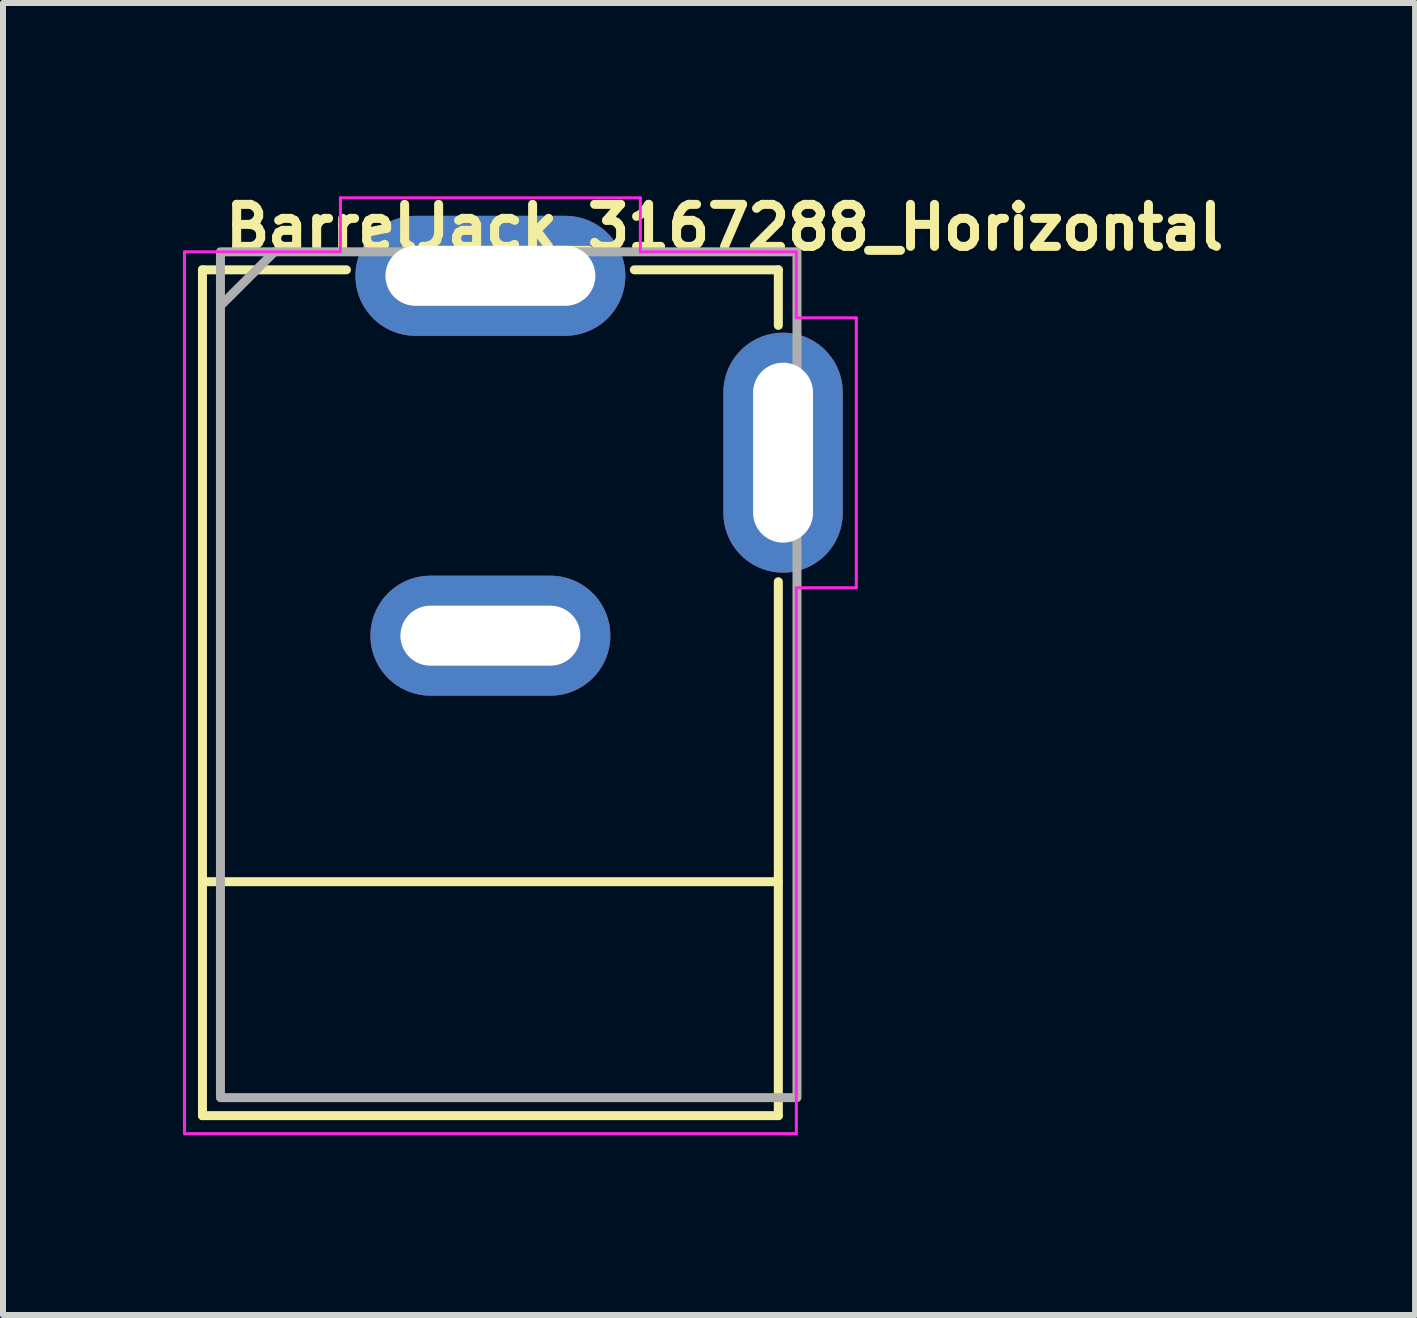
<source format=kicad_pcb>
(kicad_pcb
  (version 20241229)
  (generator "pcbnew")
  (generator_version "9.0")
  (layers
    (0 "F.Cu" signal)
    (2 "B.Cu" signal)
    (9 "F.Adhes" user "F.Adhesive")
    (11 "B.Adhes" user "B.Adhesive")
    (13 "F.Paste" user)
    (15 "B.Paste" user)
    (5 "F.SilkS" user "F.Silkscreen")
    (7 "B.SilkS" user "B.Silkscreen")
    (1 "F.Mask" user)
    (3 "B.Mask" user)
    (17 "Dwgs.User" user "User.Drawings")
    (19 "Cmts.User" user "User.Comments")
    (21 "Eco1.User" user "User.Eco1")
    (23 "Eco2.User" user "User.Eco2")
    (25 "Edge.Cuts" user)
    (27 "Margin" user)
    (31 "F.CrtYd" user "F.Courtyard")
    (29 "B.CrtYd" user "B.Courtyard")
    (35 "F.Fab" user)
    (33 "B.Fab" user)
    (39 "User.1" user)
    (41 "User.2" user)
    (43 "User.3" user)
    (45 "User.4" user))
  (footprint "BarrelJack_3167288_Horizontal"
    (layer "F.Cu")
    (at 5.125 1.548)
    (property "Reference" "BarrelJack_3167288_Horizontal" (at -4.495 -0.398 0) (layer "F.SilkS") (effects (font (size 0.7 0.7) (thickness 0.15)) (justify left bottom)))
    (attr through_hole)
    (fp_line (start -4.8 -0.1) (end -2.4 -0.1) (stroke (width 0.15) (type solid)) (layer "F.SilkS"))
    (fp_line (start -4.8 10.1) (end 4.8 10.1) (stroke (width 0.15) (type solid)) (layer "F.SilkS"))
    (fp_line (start -4.8 14) (end -4.8 -0.1) (stroke (width 0.15) (type solid)) (layer "F.SilkS"))
    (fp_line (start -4.8 14) (end 4.8 14) (stroke (width 0.15) (type solid)) (layer "F.SilkS"))
    (fp_line (start 2.4 -0.1) (end 4.8 -0.1) (stroke (width 0.15) (type solid)) (layer "F.SilkS"))
    (fp_line (start 4.8 -0.1) (end 4.8 0.826) (stroke (width 0.15) (type solid)) (layer "F.SilkS"))
    (fp_line (start 4.8 14) (end 4.8 5.1) (stroke (width 0.15) (type solid)) (layer "F.SilkS"))
    (fp_line (start -5.1 -0.4) (end -5.1 14.3) (stroke (width 0.05) (type solid)) (layer "F.CrtYd"))
    (fp_line (start -5.1 14.3) (end 5.1 14.3) (stroke (width 0.05) (type solid)) (layer "F.CrtYd"))
    (fp_line (start -2.5 -1.3) (end -2.5 -0.4) (stroke (width 0.05) (type solid)) (layer "F.CrtYd"))
    (fp_line (start -2.5 -0.4) (end -5.1 -0.4) (stroke (width 0.05) (type solid)) (layer "F.CrtYd"))
    (fp_line (start 2.5 -1.3) (end -2.5 -1.3) (stroke (width 0.05) (type solid)) (layer "F.CrtYd"))
    (fp_line (start 2.5 -0.4) (end 2.5 -1.3) (stroke (width 0.05) (type solid)) (layer "F.CrtYd"))
    (fp_line (start 5.1 -0.4) (end 2.5 -0.4) (stroke (width 0.05) (type solid)) (layer "F.CrtYd"))
    (fp_line (start 5.1 0.7) (end 5.1 -0.4) (stroke (width 0.05) (type solid)) (layer "F.CrtYd"))
    (fp_line (start 5.1 5.2) (end 6.1 5.2) (stroke (width 0.05) (type solid)) (layer "F.CrtYd"))
    (fp_line (start 5.1 14.3) (end 5.1 5.2) (stroke (width 0.05) (type solid)) (layer "F.CrtYd"))
    (fp_line (start 6.1 0.7) (end 5.1 0.7) (stroke (width 0.05) (type solid)) (layer "F.CrtYd"))
    (fp_line (start 6.1 5.2) (end 6.1 0.7) (stroke (width 0.05) (type solid)) (layer "F.CrtYd"))
    (fp_line (start -3.6 -0.4) (end -4.5 0.5) (stroke (width 0.15) (type solid)) (layer "F.Fab"))
    (fp_rect (start -4.5 -0.4) (end 5.111 13.7) (stroke (width 0.15) (type solid)) (fill no) (layer "F.Fab"))
    (fp_rect (start -4.488 -0.4) (end 5.111 13.7) (stroke (width 0.1) (type solid)) (fill no) (layer "User.5"))
    (fp_line (start -4.488 0.378) (end -4.487 0.368) (stroke (width 0.02) (type solid)) (layer "User.9"))
    (fp_line (start -4.488 0.389) (end -4.488 0.378) (stroke (width 0.02) (type solid)) (layer "User.9"))
    (fp_line (start -4.488 0.399) (end -4.488 0.389) (stroke (width 0.02) (type solid)) (layer "User.9"))
    (fp_line (start -4.488 0.399) (end -4.488 10.399) (stroke (width 0.02) (type solid)) (layer "User.9"))
    (fp_line (start -4.488 10.379) (end -4.488 10.389) (stroke (width 0.02) (type solid)) (layer "User.9"))
    (fp_line (start -4.488 10.389) (end -4.488 10.399) (stroke (width 0.02) (type solid)) (layer "User.9"))
    (fp_line (start -4.488 10.399) (end -4.488 0.399) (stroke (width 0.02) (type solid)) (layer "User.9"))
    (fp_line (start -4.488 13.5) (end -4.488 10.399) (stroke (width 0.02) (type solid)) (layer "User.9"))
    (fp_line (start -4.488 13.508) (end -4.488 13.5) (stroke (width 0.02) (type solid)) (layer "User.9"))
    (fp_line (start -4.488 13.51) (end -4.488 13.5) (stroke (width 0.02) (type solid)) (layer "User.9"))
    (fp_line (start -4.488 13.518) (end -4.488 13.508) (stroke (width 0.02) (type solid)) (layer "User.9"))
    (fp_line (start -4.488 13.52) (end -4.488 13.51) (stroke (width 0.02) (type solid)) (layer "User.9"))
    (fp_line (start -4.487 0.368) (end -4.485 0.359) (stroke (width 0.02) (type solid)) (layer "User.9"))
    (fp_line (start -4.487 10.369) (end -4.488 10.379) (stroke (width 0.02) (type solid)) (layer "User.9"))
    (fp_line (start -4.487 13.529) (end -4.488 13.518) (stroke (width 0.02) (type solid)) (layer "User.9"))
    (fp_line (start -4.487 13.53) (end -4.488 13.52) (stroke (width 0.02) (type solid)) (layer "User.9"))
    (fp_line (start -4.485 0.359) (end -4.482 0.35) (stroke (width 0.02) (type solid)) (layer "User.9"))
    (fp_line (start -4.485 10.358) (end -4.487 10.369) (stroke (width 0.02) (type solid)) (layer "User.9"))
    (fp_line (start -4.485 13.539) (end -4.487 13.529) (stroke (width 0.02) (type solid)) (layer "User.9"))
    (fp_line (start -4.485 13.54) (end -4.487 13.53) (stroke (width 0.02) (type solid)) (layer "User.9"))
    (fp_line (start -4.482 0.35) (end -4.48 0.339) (stroke (width 0.02) (type solid)) (layer "User.9"))
    (fp_line (start -4.482 10.35) (end -4.485 10.358) (stroke (width 0.02) (type solid)) (layer "User.9"))
    (fp_line (start -4.482 13.547) (end -4.485 13.539) (stroke (width 0.02) (type solid)) (layer "User.9"))
    (fp_line (start -4.482 13.549) (end -4.485 13.54) (stroke (width 0.02) (type solid)) (layer "User.9"))
    (fp_line (start -4.48 0.339) (end -4.477 0.331) (stroke (width 0.02) (type solid)) (layer "User.9"))
    (fp_line (start -4.48 10.34) (end -4.482 10.35) (stroke (width 0.02) (type solid)) (layer "User.9"))
    (fp_line (start -4.48 13.558) (end -4.482 13.547) (stroke (width 0.02) (type solid)) (layer "User.9"))
    (fp_line (start -4.48 13.559) (end -4.482 13.549) (stroke (width 0.02) (type solid)) (layer "User.9"))
    (fp_line (start -4.477 0.331) (end -4.474 0.322) (stroke (width 0.02) (type solid)) (layer "User.9"))
    (fp_line (start -4.477 10.331) (end -4.48 10.34) (stroke (width 0.02) (type solid)) (layer "User.9"))
    (fp_line (start -4.477 13.566) (end -4.48 13.558) (stroke (width 0.02) (type solid)) (layer "User.9"))
    (fp_line (start -4.477 13.568) (end -4.48 13.559) (stroke (width 0.02) (type solid)) (layer "User.9"))
    (fp_line (start -4.474 0.322) (end -4.469 0.312) (stroke (width 0.02) (type solid)) (layer "User.9"))
    (fp_line (start -4.474 10.322) (end -4.477 10.331) (stroke (width 0.02) (type solid)) (layer "User.9"))
    (fp_line (start -4.474 13.575) (end -4.477 13.566) (stroke (width 0.02) (type solid)) (layer "User.9"))
    (fp_line (start -4.474 13.577) (end -4.477 13.568) (stroke (width 0.02) (type solid)) (layer "User.9"))
    (fp_line (start -4.469 0.312) (end -4.464 0.304) (stroke (width 0.02) (type solid)) (layer "User.9"))
    (fp_line (start -4.469 10.312) (end -4.474 10.322) (stroke (width 0.02) (type solid)) (layer "User.9"))
    (fp_line (start -4.469 13.584) (end -4.474 13.575) (stroke (width 0.02) (type solid)) (layer "User.9"))
    (fp_line (start -4.469 13.585) (end -4.474 13.577) (stroke (width 0.02) (type solid)) (layer "User.9"))
    (fp_line (start -4.464 0.304) (end -4.459 0.295) (stroke (width 0.02) (type solid)) (layer "User.9"))
    (fp_line (start -4.464 10.303) (end -4.469 10.312) (stroke (width 0.02) (type solid)) (layer "User.9"))
    (fp_line (start -4.464 13.594) (end -4.469 13.584) (stroke (width 0.02) (type solid)) (layer "User.9"))
    (fp_line (start -4.464 13.594) (end -4.469 13.585) (stroke (width 0.02) (type solid)) (layer "User.9"))
    (fp_line (start -4.461 13.601) (end -4.464 13.594) (stroke (width 0.02) (type solid)) (layer "User.9"))
    (fp_line (start -4.459 0.295) (end -4.455 0.288) (stroke (width 0.02) (type solid)) (layer "User.9"))
    (fp_line (start -4.459 10.296) (end -4.464 10.303) (stroke (width 0.02) (type solid)) (layer "User.9"))
    (fp_line (start -4.459 13.603) (end -4.464 13.594) (stroke (width 0.02) (type solid)) (layer "User.9"))
    (fp_line (start -4.455 0.288) (end -4.45 0.279) (stroke (width 0.02) (type solid)) (layer "User.9"))
    (fp_line (start -4.455 10.287) (end -4.459 10.296) (stroke (width 0.02) (type solid)) (layer "User.9"))
    (fp_line (start -4.455 13.61) (end -4.461 13.601) (stroke (width 0.02) (type solid)) (layer "User.9"))
    (fp_line (start -4.455 13.61) (end -4.459 13.603) (stroke (width 0.02) (type solid)) (layer "User.9"))
    (fp_line (start -4.45 0.279) (end -4.443 0.272) (stroke (width 0.02) (type solid)) (layer "User.9"))
    (fp_line (start -4.45 10.28) (end -4.455 10.287) (stroke (width 0.02) (type solid)) (layer "User.9"))
    (fp_line (start -4.45 13.619) (end -4.455 13.61) (stroke (width 0.02) (type solid)) (layer "User.9"))
    (fp_line (start -4.45 13.619) (end -4.455 13.61) (stroke (width 0.02) (type solid)) (layer "User.9"))
    (fp_line (start -4.443 0.272) (end -4.437 0.264) (stroke (width 0.02) (type solid)) (layer "User.9"))
    (fp_line (start -4.443 10.271) (end -4.45 10.28) (stroke (width 0.02) (type solid)) (layer "User.9"))
    (fp_line (start -4.443 13.626) (end -4.45 13.619) (stroke (width 0.02) (type solid)) (layer "User.9"))
    (fp_line (start -4.443 13.626) (end -4.45 13.619) (stroke (width 0.02) (type solid)) (layer "User.9"))
    (fp_line (start -4.437 0.264) (end -4.431 0.258) (stroke (width 0.02) (type solid)) (layer "User.9"))
    (fp_line (start -4.437 10.264) (end -4.443 10.271) (stroke (width 0.02) (type solid)) (layer "User.9"))
    (fp_line (start -4.437 13.633) (end -4.443 13.626) (stroke (width 0.02) (type solid)) (layer "User.9"))
    (fp_line (start -4.437 13.633) (end -4.443 13.626) (stroke (width 0.02) (type solid)) (layer "User.9"))
    (fp_line (start -4.431 0.258) (end -4.424 0.252) (stroke (width 0.02) (type solid)) (layer "User.9"))
    (fp_line (start -4.431 10.258) (end -4.437 10.264) (stroke (width 0.02) (type solid)) (layer "User.9"))
    (fp_line (start -4.431 13.64) (end -4.437 13.633) (stroke (width 0.02) (type solid)) (layer "User.9"))
    (fp_line (start -4.431 13.64) (end -4.437 13.633) (stroke (width 0.02) (type solid)) (layer "User.9"))
    (fp_line (start -4.431 13.64) (end -4.431 13.64) (stroke (width 0.02) (type solid)) (layer "User.9"))
    (fp_line (start -4.424 0.252) (end -4.416 0.245) (stroke (width 0.02) (type solid)) (layer "User.9"))
    (fp_line (start -4.424 10.251) (end -4.431 10.258) (stroke (width 0.02) (type solid)) (layer "User.9"))
    (fp_line (start -4.424 13.648) (end -4.431 13.64) (stroke (width 0.02) (type solid)) (layer "User.9"))
    (fp_line (start -4.424 13.648) (end -4.431 13.64) (stroke (width 0.02) (type solid)) (layer "User.9"))
    (fp_line (start -4.416 0.245) (end -4.408 0.239) (stroke (width 0.02) (type solid)) (layer "User.9"))
    (fp_line (start -4.416 10.245) (end -4.424 10.251) (stroke (width 0.02) (type solid)) (layer "User.9"))
    (fp_line (start -4.416 13.654) (end -4.424 13.648) (stroke (width 0.02) (type solid)) (layer "User.9"))
    (fp_line (start -4.416 13.654) (end -4.424 13.648) (stroke (width 0.02) (type solid)) (layer "User.9"))
    (fp_line (start -4.408 0.239) (end -4.4 0.233) (stroke (width 0.02) (type solid)) (layer "User.9"))
    (fp_line (start -4.408 10.238) (end -4.416 10.245) (stroke (width 0.02) (type solid)) (layer "User.9"))
    (fp_line (start -4.408 13.659) (end -4.416 13.654) (stroke (width 0.02) (type solid)) (layer "User.9"))
    (fp_line (start -4.408 13.659) (end -4.416 13.654) (stroke (width 0.02) (type solid)) (layer "User.9"))
    (fp_line (start -4.4 0.233) (end -4.392 0.229) (stroke (width 0.02) (type solid)) (layer "User.9"))
    (fp_line (start -4.4 10.233) (end -4.408 10.238) (stroke (width 0.02) (type solid)) (layer "User.9"))
    (fp_line (start -4.4 13.665) (end -4.408 13.659) (stroke (width 0.02) (type solid)) (layer "User.9"))
    (fp_line (start -4.4 13.665) (end -4.408 13.659) (stroke (width 0.02) (type solid)) (layer "User.9"))
    (fp_line (start -4.392 0.229) (end -4.384 0.224) (stroke (width 0.02) (type solid)) (layer "User.9"))
    (fp_line (start -4.392 10.229) (end -4.4 10.233) (stroke (width 0.02) (type solid)) (layer "User.9"))
    (fp_line (start -4.392 13.671) (end -4.4 13.665) (stroke (width 0.02) (type solid)) (layer "User.9"))
    (fp_line (start -4.392 13.671) (end -4.4 13.665) (stroke (width 0.02) (type solid)) (layer "User.9"))
    (fp_line (start -4.384 0.224) (end -4.376 0.218) (stroke (width 0.02) (type solid)) (layer "User.9"))
    (fp_line (start -4.384 10.223) (end -4.392 10.229) (stroke (width 0.02) (type solid)) (layer "User.9"))
    (fp_line (start -4.384 13.674) (end -4.392 13.671) (stroke (width 0.02) (type solid)) (layer "User.9"))
    (fp_line (start -4.383 13.675) (end -4.392 13.671) (stroke (width 0.02) (type solid)) (layer "User.9"))
    (fp_line (start -4.376 0.218) (end -4.367 0.214) (stroke (width 0.02) (type solid)) (layer "User.9"))
    (fp_line (start -4.376 10.219) (end -4.384 10.223) (stroke (width 0.02) (type solid)) (layer "User.9"))
    (fp_line (start -4.376 13.68) (end -4.384 13.674) (stroke (width 0.02) (type solid)) (layer "User.9"))
    (fp_line (start -4.375 13.68) (end -4.383 13.675) (stroke (width 0.02) (type solid)) (layer "User.9"))
    (fp_line (start -4.367 0.214) (end -4.357 0.212) (stroke (width 0.02) (type solid)) (layer "User.9"))
    (fp_line (start -4.367 10.215) (end -4.376 10.219) (stroke (width 0.02) (type solid)) (layer "User.9"))
    (fp_line (start -4.367 13.684) (end -4.376 13.68) (stroke (width 0.02) (type solid)) (layer "User.9"))
    (fp_line (start -4.365 13.684) (end -4.375 13.68) (stroke (width 0.02) (type solid)) (layer "User.9"))
    (fp_line (start -4.357 0.212) (end -4.349 0.209) (stroke (width 0.02) (type solid)) (layer "User.9"))
    (fp_line (start -4.357 10.212) (end -4.367 10.215) (stroke (width 0.02) (type solid)) (layer "User.9"))
    (fp_line (start -4.357 13.687) (end -4.367 13.684) (stroke (width 0.02) (type solid)) (layer "User.9"))
    (fp_line (start -4.357 13.687) (end -4.365 13.684) (stroke (width 0.02) (type solid)) (layer "User.9"))
    (fp_line (start -4.349 0.209) (end -4.339 0.206) (stroke (width 0.02) (type solid)) (layer "User.9"))
    (fp_line (start -4.349 10.209) (end -4.357 10.212) (stroke (width 0.02) (type solid)) (layer "User.9"))
    (fp_line (start -4.349 13.69) (end -4.357 13.687) (stroke (width 0.02) (type solid)) (layer "User.9"))
    (fp_line (start -4.347 13.69) (end -4.357 13.687) (stroke (width 0.02) (type solid)) (layer "User.9"))
    (fp_line (start -4.339 0.206) (end -4.33 0.204) (stroke (width 0.02) (type solid)) (layer "User.9"))
    (fp_line (start -4.339 10.206) (end -4.349 10.209) (stroke (width 0.02) (type solid)) (layer "User.9"))
    (fp_line (start -4.339 13.693) (end -4.349 13.69) (stroke (width 0.02) (type solid)) (layer "User.9"))
    (fp_line (start -4.338 13.693) (end -4.347 13.69) (stroke (width 0.02) (type solid)) (layer "User.9"))
    (fp_line (start -4.33 0.204) (end -4.32 0.202) (stroke (width 0.02) (type solid)) (layer "User.9"))
    (fp_line (start -4.33 10.203) (end -4.339 10.206) (stroke (width 0.02) (type solid)) (layer "User.9"))
    (fp_line (start -4.33 13.696) (end -4.339 13.693) (stroke (width 0.02) (type solid)) (layer "User.9"))
    (fp_line (start -4.328 13.696) (end -4.338 13.693) (stroke (width 0.02) (type solid)) (layer "User.9"))
    (fp_line (start -4.32 0.202) (end -4.309 0.201) (stroke (width 0.02) (type solid)) (layer "User.9"))
    (fp_line (start -4.32 10.201) (end -4.33 10.203) (stroke (width 0.02) (type solid)) (layer "User.9"))
    (fp_line (start -4.32 13.697) (end -4.33 13.696) (stroke (width 0.02) (type solid)) (layer "User.9"))
    (fp_line (start -4.318 13.697) (end -4.328 13.696) (stroke (width 0.02) (type solid)) (layer "User.9"))
    (fp_line (start -4.309 0.201) (end -4.299 0.2) (stroke (width 0.02) (type solid)) (layer "User.9"))
    (fp_line (start -4.309 10.2) (end -4.32 10.201) (stroke (width 0.02) (type solid)) (layer "User.9"))
    (fp_line (start -4.309 13.699) (end -4.32 13.697) (stroke (width 0.02) (type solid)) (layer "User.9"))
    (fp_line (start -4.309 13.699) (end -4.318 13.697) (stroke (width 0.02) (type solid)) (layer "User.9"))
    (fp_line (start -4.299 0.2) (end -4.288 0.2) (stroke (width 0.02) (type solid)) (layer "User.9"))
    (fp_line (start -4.299 10.2) (end -4.309 10.2) (stroke (width 0.02) (type solid)) (layer "User.9"))
    (fp_line (start -4.299 13.699) (end -4.309 13.699) (stroke (width 0.02) (type solid)) (layer "User.9"))
    (fp_line (start -4.299 13.699) (end -4.309 13.699) (stroke (width 0.02) (type solid)) (layer "User.9"))
    (fp_line (start -4.288 0.2) (end -4.184 0.2) (stroke (width 0.02) (type solid)) (layer "User.9"))
    (fp_line (start -4.288 10.2) (end -4.299 10.2) (stroke (width 0.02) (type solid)) (layer "User.9"))
    (fp_line (start -4.288 10.2) (end 4.311 10.2) (stroke (width 0.02) (type solid)) (layer "User.9"))
    (fp_line (start -4.288 13.7) (end -4.299 13.699) (stroke (width 0.02) (type solid)) (layer "User.9"))
    (fp_line (start -4.288 13.7) (end -4.299 13.699) (stroke (width 0.02) (type solid)) (layer "User.9"))
    (fp_line (start -4.189 10.2) (end -4.187 10.2) (stroke (width 0.02) (type solid)) (layer "User.9"))
    (fp_line (start -4.187 10.2) (end -4.187 10.2) (stroke (width 0.02) (type solid)) (layer "User.9"))
    (fp_line (start -4.187 10.2) (end -4.185 10.2) (stroke (width 0.02) (type solid)) (layer "User.9"))
    (fp_line (start -4.185 10.2) (end -4.184 10.2) (stroke (width 0.02) (type solid)) (layer "User.9"))
    (fp_line (start -4.184 10.2) (end -4.174 10.199) (stroke (width 0.02) (type solid)) (layer "User.9"))
    (fp_line (start -4.174 10.199) (end -4.163 10.197) (stroke (width 0.02) (type solid)) (layer "User.9"))
    (fp_line (start -4.163 10.197) (end -4.152 10.196) (stroke (width 0.02) (type solid)) (layer "User.9"))
    (fp_line (start -4.152 10.196) (end -4.142 10.194) (stroke (width 0.02) (type solid)) (layer "User.9"))
    (fp_line (start -4.142 10.194) (end -4.133 10.19) (stroke (width 0.02) (type solid)) (layer "User.9"))
    (fp_line (start -4.133 10.19) (end -4.122 10.187) (stroke (width 0.02) (type solid)) (layer "User.9"))
    (fp_line (start -4.122 10.187) (end -4.113 10.184) (stroke (width 0.02) (type solid)) (layer "User.9"))
    (fp_line (start -4.113 10.184) (end -4.104 10.181) (stroke (width 0.02) (type solid)) (layer "User.9"))
    (fp_line (start -4.104 10.181) (end -4.096 10.177) (stroke (width 0.02) (type solid)) (layer "User.9"))
    (fp_line (start -4.096 10.177) (end -4.087 10.171) (stroke (width 0.02) (type solid)) (layer "User.9"))
    (fp_line (start -4.087 10.171) (end -4.079 10.167) (stroke (width 0.02) (type solid)) (layer "User.9"))
    (fp_line (start -4.079 10.167) (end -4.071 10.161) (stroke (width 0.02) (type solid)) (layer "User.9"))
    (fp_line (start -4.071 10.161) (end -4.064 10.155) (stroke (width 0.02) (type solid)) (layer "User.9"))
    (fp_line (start -4.064 10.155) (end -4.056 10.149) (stroke (width 0.02) (type solid)) (layer "User.9"))
    (fp_line (start -4.056 10.149) (end -4.048 10.142) (stroke (width 0.02) (type solid)) (layer "User.9"))
    (fp_line (start -4.048 10.142) (end -4.043 10.136) (stroke (width 0.02) (type solid)) (layer "User.9"))
    (fp_line (start -4.043 10.136) (end -4.036 10.129) (stroke (width 0.02) (type solid)) (layer "User.9"))
    (fp_line (start -4.036 10.129) (end -4.029 10.122) (stroke (width 0.02) (type solid)) (layer "User.9"))
    (fp_line (start -4.029 10.122) (end -4.024 10.113) (stroke (width 0.02) (type solid)) (layer "User.9"))
    (fp_line (start -4.024 10.113) (end -4.019 10.106) (stroke (width 0.02) (type solid)) (layer "User.9"))
    (fp_line (start -4.019 10.106) (end -4.013 10.097) (stroke (width 0.02) (type solid)) (layer "User.9"))
    (fp_line (start -4.013 10.097) (end -4.009 10.09) (stroke (width 0.02) (type solid)) (layer "User.9"))
    (fp_line (start -4.009 10.09) (end -4.004 10.081) (stroke (width 0.02) (type solid)) (layer "User.9"))
    (fp_line (start -4.004 10.081) (end -4 10.072) (stroke (width 0.02) (type solid)) (layer "User.9"))
    (fp_line (start -4 10.072) (end -3.997 10.063) (stroke (width 0.02) (type solid)) (layer "User.9"))
    (fp_line (start -3.997 10.063) (end -3.995 10.055) (stroke (width 0.02) (type solid)) (layer "User.9"))
    (fp_line (start -3.995 10.055) (end -3.992 10.046) (stroke (width 0.02) (type solid)) (layer "User.9"))
    (fp_line (start -3.992 10.046) (end -3.989 10.036) (stroke (width 0.02) (type solid)) (layer "User.9"))
    (fp_line (start -3.989 10.036) (end -3.988 10.027) (stroke (width 0.02) (type solid)) (layer "User.9"))
    (fp_line (start -3.988 10.027) (end -3.985 10.017) (stroke (width 0.02) (type solid)) (layer "User.9"))
    (fp_line (start -3.985 10.017) (end -3.984 10.008) (stroke (width 0.02) (type solid)) (layer "User.9"))
    (fp_line (start -3.984 10.008) (end -3.984 9.999) (stroke (width 0.02) (type solid)) (layer "User.9"))
    (fp_line (start -3.907 0.2) (end -4.184 0.2) (stroke (width 0.02) (type solid)) (layer "User.9"))
    (fp_line (start -3.907 0.2) (end -3.907 0.2) (stroke (width 0.02) (type solid)) (layer "User.9"))
    (fp_line (start -3.785 0.2) (end -3.907 0.2) (stroke (width 0.02) (type solid)) (layer "User.9"))
    (fp_line (start -3.785 0.2) (end -3.656 0.2) (stroke (width 0.02) (type solid)) (layer "User.9"))
    (fp_line (start -3.656 0.2) (end -3.656 0.2) (stroke (width 0.02) (type solid)) (layer "User.9"))
    (fp_line (start -3.656 0.2) (end -3.355 0.2) (stroke (width 0.02) (type solid)) (layer "User.9"))
    (fp_line (start -3.355 0.2) (end -3.355 0.2) (stroke (width 0.02) (type solid)) (layer "User.9"))
    (fp_line (start -3.355 0.2) (end -2.895 0.2) (stroke (width 0.02) (type solid)) (layer "User.9"))
    (fp_line (start -3.189 13.7) (end -3.189 13.7) (stroke (width 0.02) (type solid)) (layer "User.9"))
    (fp_line (start -2.895 0.2) (end -2.895 0.2) (stroke (width 0.02) (type solid)) (layer "User.9"))
    (fp_line (start -2.895 0.2) (end -2.297 0.2) (stroke (width 0.02) (type solid)) (layer "User.9"))
    (fp_line (start -2.297 0.2) (end -2.297 0.2) (stroke (width 0.02) (type solid)) (layer "User.9"))
    (fp_line (start -2.297 0.2) (end -1.591 0.2) (stroke (width 0.02) (type solid)) (layer "User.9"))
    (fp_line (start -1.851 -0.115) (end -1.849 -0.12) (stroke (width 0.02) (type solid)) (layer "User.9"))
    (fp_line (start -1.851 -0.11) (end -1.851 -0.115) (stroke (width 0.02) (type solid)) (layer "User.9"))
    (fp_line (start -1.851 -0.105) (end -1.851 -0.11) (stroke (width 0.02) (type solid)) (layer "User.9"))
    (fp_line (start -1.851 -0.101) (end -1.851 -0.105) (stroke (width 0.02) (type solid)) (layer "User.9"))
    (fp_line (start -1.851 -0.101) (end -1.851 -0.101) (stroke (width 0.02) (type solid)) (layer "User.9"))
    (fp_line (start -1.851 -0.101) (end -1.766 -0.101) (stroke (width 0.02) (type solid)) (layer "User.9"))
    (fp_line (start -1.851 0.1) (end -1.851 -0.101) (stroke (width 0.02) (type solid)) (layer "User.9"))
    (fp_line (start -1.851 0.1) (end -1.851 0.1) (stroke (width 0.02) (type solid)) (layer "User.9"))
    (fp_line (start -1.851 0.1) (end -1.851 0.104) (stroke (width 0.02) (type solid)) (layer "User.9"))
    (fp_line (start -1.851 0.1) (end -1.756 0.1) (stroke (width 0.02) (type solid)) (layer "User.9"))
    (fp_line (start -1.851 0.104) (end -1.851 0.109) (stroke (width 0.02) (type solid)) (layer "User.9"))
    (fp_line (start -1.851 0.109) (end -1.851 0.114) (stroke (width 0.02) (type solid)) (layer "User.9"))
    (fp_line (start -1.851 0.114) (end -1.849 0.118) (stroke (width 0.02) (type solid)) (layer "User.9"))
    (fp_line (start -1.849 -0.125) (end -1.847 -0.129) (stroke (width 0.02) (type solid)) (layer "User.9"))
    (fp_line (start -1.849 -0.12) (end -1.849 -0.125) (stroke (width 0.02) (type solid)) (layer "User.9"))
    (fp_line (start -1.849 0.118) (end -1.849 0.124) (stroke (width 0.02) (type solid)) (layer "User.9"))
    (fp_line (start -1.849 0.124) (end -1.847 0.128) (stroke (width 0.02) (type solid)) (layer "User.9"))
    (fp_line (start -1.847 -0.129) (end -1.845 -0.135) (stroke (width 0.02) (type solid)) (layer "User.9"))
    (fp_line (start -1.847 0.128) (end -1.845 0.133) (stroke (width 0.02) (type solid)) (layer "User.9"))
    (fp_line (start -1.845 -0.135) (end -1.843 -0.139) (stroke (width 0.02) (type solid)) (layer "User.9"))
    (fp_line (start -1.845 0.133) (end -1.843 0.137) (stroke (width 0.02) (type solid)) (layer "User.9"))
    (fp_line (start -1.843 -0.139) (end -1.841 -0.144) (stroke (width 0.02) (type solid)) (layer "User.9"))
    (fp_line (start -1.843 0.137) (end -1.841 0.142) (stroke (width 0.02) (type solid)) (layer "User.9"))
    (fp_line (start -1.841 -0.144) (end -1.839 -0.148) (stroke (width 0.02) (type solid)) (layer "User.9"))
    (fp_line (start -1.841 0.142) (end -1.839 0.145) (stroke (width 0.02) (type solid)) (layer "User.9"))
    (fp_line (start -1.839 -0.148) (end -1.837 -0.152) (stroke (width 0.02) (type solid)) (layer "User.9"))
    (fp_line (start -1.839 0.145) (end -1.837 0.151) (stroke (width 0.02) (type solid)) (layer "User.9"))
    (fp_line (start -1.837 -0.152) (end -1.835 -0.156) (stroke (width 0.02) (type solid)) (layer "User.9"))
    (fp_line (start -1.837 0.151) (end -1.835 0.154) (stroke (width 0.02) (type solid)) (layer "User.9"))
    (fp_line (start -1.835 -0.156) (end -1.831 -0.16) (stroke (width 0.02) (type solid)) (layer "User.9"))
    (fp_line (start -1.835 0.154) (end -1.831 0.158) (stroke (width 0.02) (type solid)) (layer "User.9"))
    (fp_line (start -1.831 -0.16) (end -1.829 -0.164) (stroke (width 0.02) (type solid)) (layer "User.9"))
    (fp_line (start -1.831 0.158) (end -1.829 0.161) (stroke (width 0.02) (type solid)) (layer "User.9"))
    (fp_line (start -1.829 -0.164) (end -1.825 -0.167) (stroke (width 0.02) (type solid)) (layer "User.9"))
    (fp_line (start -1.829 0.161) (end -1.825 0.166) (stroke (width 0.02) (type solid)) (layer "User.9"))
    (fp_line (start -1.825 -0.167) (end -1.821 -0.171) (stroke (width 0.02) (type solid)) (layer "User.9"))
    (fp_line (start -1.825 0.166) (end -1.821 0.169) (stroke (width 0.02) (type solid)) (layer "User.9"))
    (fp_line (start -1.821 -0.171) (end -1.819 -0.174) (stroke (width 0.02) (type solid)) (layer "User.9"))
    (fp_line (start -1.821 0.169) (end -1.819 0.173) (stroke (width 0.02) (type solid)) (layer "User.9"))
    (fp_line (start -1.819 -0.174) (end -1.815 -0.177) (stroke (width 0.02) (type solid)) (layer "User.9"))
    (fp_line (start -1.819 0.173) (end -1.815 0.176) (stroke (width 0.02) (type solid)) (layer "User.9"))
    (fp_line (start -1.815 -0.177) (end -1.811 -0.18) (stroke (width 0.02) (type solid)) (layer "User.9"))
    (fp_line (start -1.815 0.176) (end -1.811 0.178) (stroke (width 0.02) (type solid)) (layer "User.9"))
    (fp_line (start -1.811 -0.18) (end -1.807 -0.183) (stroke (width 0.02) (type solid)) (layer "User.9"))
    (fp_line (start -1.811 0.178) (end -1.807 0.182) (stroke (width 0.02) (type solid)) (layer "User.9"))
    (fp_line (start -1.807 -0.183) (end -1.803 -0.186) (stroke (width 0.02) (type solid)) (layer "User.9"))
    (fp_line (start -1.807 0.182) (end -1.803 0.185) (stroke (width 0.02) (type solid)) (layer "User.9"))
    (fp_line (start -1.803 -0.186) (end -1.798 -0.188) (stroke (width 0.02) (type solid)) (layer "User.9"))
    (fp_line (start -1.803 0.185) (end -1.798 0.188) (stroke (width 0.02) (type solid)) (layer "User.9"))
    (fp_line (start -1.798 -0.188) (end -1.794 -0.191) (stroke (width 0.02) (type solid)) (layer "User.9"))
    (fp_line (start -1.798 0.188) (end -1.794 0.19) (stroke (width 0.02) (type solid)) (layer "User.9"))
    (fp_line (start -1.794 -0.191) (end -1.79 -0.193) (stroke (width 0.02) (type solid)) (layer "User.9"))
    (fp_line (start -1.794 0.19) (end -1.79 0.192) (stroke (width 0.02) (type solid)) (layer "User.9"))
    (fp_line (start -1.79 -0.193) (end -1.786 -0.195) (stroke (width 0.02) (type solid)) (layer "User.9"))
    (fp_line (start -1.79 0.192) (end -1.786 0.194) (stroke (width 0.02) (type solid)) (layer "User.9"))
    (fp_line (start -1.786 -0.195) (end -1.78 -0.196) (stroke (width 0.02) (type solid)) (layer "User.9"))
    (fp_line (start -1.786 0.194) (end -1.78 0.195) (stroke (width 0.02) (type solid)) (layer "User.9"))
    (fp_line (start -1.78 -0.196) (end -1.776 -0.198) (stroke (width 0.02) (type solid)) (layer "User.9"))
    (fp_line (start -1.78 0.195) (end -1.776 0.197) (stroke (width 0.02) (type solid)) (layer "User.9"))
    (fp_line (start -1.776 -0.198) (end -1.77 -0.2) (stroke (width 0.02) (type solid)) (layer "User.9"))
    (fp_line (start -1.776 0.197) (end -1.77 0.198) (stroke (width 0.02) (type solid)) (layer "User.9"))
    (fp_line (start -1.77 -0.2) (end -1.766 -0.2) (stroke (width 0.02) (type solid)) (layer "User.9"))
    (fp_line (start -1.77 0.198) (end -1.766 0.198) (stroke (width 0.02) (type solid)) (layer "User.9"))
    (fp_line (start -1.766 -0.2) (end -1.762 -0.201) (stroke (width 0.02) (type solid)) (layer "User.9"))
    (fp_line (start -1.766 -0.101) (end -1.766 -0.101) (stroke (width 0.02) (type solid)) (layer "User.9"))
    (fp_line (start -1.766 -0.101) (end -1.508 -0.101) (stroke (width 0.02) (type solid)) (layer "User.9"))
    (fp_line (start -1.766 0.1) (end -1.851 0.1) (stroke (width 0.02) (type solid)) (layer "User.9"))
    (fp_line (start -1.766 0.1) (end -1.766 0.1) (stroke (width 0.02) (type solid)) (layer "User.9"))
    (fp_line (start -1.766 0.198) (end -1.762 0.198) (stroke (width 0.02) (type solid)) (layer "User.9"))
    (fp_line (start -1.762 -0.201) (end -1.756 -0.201) (stroke (width 0.02) (type solid)) (layer "User.9"))
    (fp_line (start -1.762 0.198) (end -1.756 0.2) (stroke (width 0.02) (type solid)) (layer "User.9"))
    (fp_line (start -1.756 -0.201) (end -1.75 -0.201) (stroke (width 0.02) (type solid)) (layer "User.9"))
    (fp_line (start -1.756 -0.101) (end -1.851 -0.101) (stroke (width 0.02) (type solid)) (layer "User.9"))
    (fp_line (start -1.756 -0.101) (end -1.756 -0.101) (stroke (width 0.02) (type solid)) (layer "User.9"))
    (fp_line (start -1.756 0.1) (end -1.756 0.1) (stroke (width 0.02) (type solid)) (layer "User.9"))
    (fp_line (start -1.756 0.1) (end -1.49 0.1) (stroke (width 0.02) (type solid)) (layer "User.9"))
    (fp_line (start -1.756 0.2) (end -1.75 0.2) (stroke (width 0.02) (type solid)) (layer "User.9"))
    (fp_line (start -1.75 -0.201) (end -1.75 -0.201) (stroke (width 0.02) (type solid)) (layer "User.9"))
    (fp_line (start -1.75 -0.201) (end -1.706 -0.201) (stroke (width 0.02) (type solid)) (layer "User.9"))
    (fp_line (start -1.75 -0.201) (end -1.661 -0.201) (stroke (width 0.02) (type solid)) (layer "User.9"))
    (fp_line (start -1.75 0.2) (end -1.75 0.2) (stroke (width 0.02) (type solid)) (layer "User.9"))
    (fp_line (start -1.75 0.2) (end -1.669 0.2) (stroke (width 0.02) (type solid)) (layer "User.9"))
    (fp_line (start -1.706 -0.201) (end -1.706 -0.201) (stroke (width 0.02) (type solid)) (layer "User.9"))
    (fp_line (start -1.706 -0.201) (end -1.577 -0.201) (stroke (width 0.02) (type solid)) (layer "User.9"))
    (fp_line (start -1.706 0.2) (end -1.75 0.2) (stroke (width 0.02) (type solid)) (layer "User.9"))
    (fp_line (start -1.706 0.2) (end -1.706 0.2) (stroke (width 0.02) (type solid)) (layer "User.9"))
    (fp_line (start -1.669 -0.201) (end -1.75 -0.201) (stroke (width 0.02) (type solid)) (layer "User.9"))
    (fp_line (start -1.669 -0.201) (end -1.669 -0.201) (stroke (width 0.02) (type solid)) (layer "User.9"))
    (fp_line (start -1.669 0.2) (end -1.669 0.2) (stroke (width 0.02) (type solid)) (layer "User.9"))
    (fp_line (start -1.669 0.2) (end -1.426 0.2) (stroke (width 0.02) (type solid)) (layer "User.9"))
    (fp_line (start -1.661 -0.201) (end -1.661 -0.201) (stroke (width 0.02) (type solid)) (layer "User.9"))
    (fp_line (start -1.661 -0.201) (end -1.409 -0.201) (stroke (width 0.02) (type solid)) (layer "User.9"))
    (fp_line (start -1.661 0.2) (end -1.75 0.2) (stroke (width 0.02) (type solid)) (layer "User.9"))
    (fp_line (start -1.661 0.2) (end -1.661 0.2) (stroke (width 0.02) (type solid)) (layer "User.9"))
    (fp_line (start -1.591 0.2) (end -1.591 0.2) (stroke (width 0.02) (type solid)) (layer "User.9"))
    (fp_line (start -1.591 0.2) (end -0.81 0.2) (stroke (width 0.02) (type solid)) (layer "User.9"))
    (fp_line (start -1.577 -0.201) (end -1.577 -0.201) (stroke (width 0.02) (type solid)) (layer "User.9"))
    (fp_line (start -1.577 -0.201) (end -1.367 -0.201) (stroke (width 0.02) (type solid)) (layer "User.9"))
    (fp_line (start -1.577 0.2) (end -1.706 0.2) (stroke (width 0.02) (type solid)) (layer "User.9"))
    (fp_line (start -1.577 0.2) (end -1.577 0.2) (stroke (width 0.02) (type solid)) (layer "User.9"))
    (fp_line (start -1.508 0.1) (end -1.766 0.1) (stroke (width 0.02) (type solid)) (layer "User.9"))
    (fp_line (start -1.49 -0.101) (end -1.756 -0.101) (stroke (width 0.02) (type solid)) (layer "User.9"))
    (fp_line (start -1.49 -0.101) (end -1.49 -0.101) (stroke (width 0.02) (type solid)) (layer "User.9"))
    (fp_line (start -1.49 0.1) (end -1.49 0.1) (stroke (width 0.02) (type solid)) (layer "User.9"))
    (fp_line (start -1.49 0.1) (end -1.079 0.1) (stroke (width 0.02) (type solid)) (layer "User.9"))
    (fp_line (start -1.426 -0.201) (end -1.75 -0.201) (stroke (width 0.02) (type solid)) (layer "User.9"))
    (fp_line (start -1.426 -0.201) (end -1.669 -0.201) (stroke (width 0.02) (type solid)) (layer "User.9"))
    (fp_line (start -1.426 0.2) (end -4.184 0.2) (stroke (width 0.02) (type solid)) (layer "User.9"))
    (fp_line (start -1.409 -0.201) (end -1.409 -0.201) (stroke (width 0.02) (type solid)) (layer "User.9"))
    (fp_line (start -1.409 -0.201) (end -1.02 -0.201) (stroke (width 0.02) (type solid)) (layer "User.9"))
    (fp_line (start -1.409 0.2) (end -1.661 0.2) (stroke (width 0.02) (type solid)) (layer "User.9"))
    (fp_line (start -1.409 0.2) (end -1.409 0.2) (stroke (width 0.02) (type solid)) (layer "User.9"))
    (fp_line (start -1.367 -0.201) (end -1.367 -0.201) (stroke (width 0.02) (type solid)) (layer "User.9"))
    (fp_line (start -1.367 -0.201) (end -1.088 -0.201) (stroke (width 0.02) (type solid)) (layer "User.9"))
    (fp_line (start -1.367 0.2) (end -1.577 0.2) (stroke (width 0.02) (type solid)) (layer "User.9"))
    (fp_line (start -1.367 0.2) (end -1.367 0.2) (stroke (width 0.02) (type solid)) (layer "User.9"))
    (fp_line (start -1.353 -0.216) (end -1.353 -0.216) (stroke (width 0.02) (type solid)) (layer "User.9"))
    (fp_line (start -1.353 -0.216) (end -1.353 -0.215) (stroke (width 0.02) (type solid)) (layer "User.9"))
    (fp_line (start -1.353 -0.215) (end -1.353 -0.215) (stroke (width 0.02) (type solid)) (layer "User.9"))
    (fp_line (start -1.353 -0.215) (end -1.353 -0.214) (stroke (width 0.02) (type solid)) (layer "User.9"))
    (fp_line (start -1.353 -0.214) (end -1.353 -0.214) (stroke (width 0.02) (type solid)) (layer "User.9"))
    (fp_line (start -1.353 -0.214) (end -1.353 -0.213) (stroke (width 0.02) (type solid)) (layer "User.9"))
    (fp_line (start -1.353 -0.213) (end -1.353 -0.213) (stroke (width 0.02) (type solid)) (layer "User.9"))
    (fp_line (start -1.353 -0.213) (end -1.353 -0.212) (stroke (width 0.02) (type solid)) (layer "User.9"))
    (fp_line (start -1.353 -0.212) (end -1.353 -0.212) (stroke (width 0.02) (type solid)) (layer "User.9"))
    (fp_line (start -1.353 -0.212) (end -1.353 -0.211) (stroke (width 0.02) (type solid)) (layer "User.9"))
    (fp_line (start -1.353 -0.211) (end -1.353 -0.211) (stroke (width 0.02) (type solid)) (layer "User.9"))
    (fp_line (start -1.353 -0.211) (end -1.353 -0.211) (stroke (width 0.02) (type solid)) (layer "User.9"))
    (fp_line (start -1.353 -0.211) (end -1.353 -0.21) (stroke (width 0.02) (type solid)) (layer "User.9"))
    (fp_line (start -1.353 -0.21) (end -1.353 -0.21) (stroke (width 0.02) (type solid)) (layer "User.9"))
    (fp_line (start -1.353 -0.21) (end -1.353 -0.209) (stroke (width 0.02) (type solid)) (layer "User.9"))
    (fp_line (start -1.353 -0.209) (end -1.353 -0.209) (stroke (width 0.02) (type solid)) (layer "User.9"))
    (fp_line (start -1.353 -0.209) (end -1.353 -0.208) (stroke (width 0.02) (type solid)) (layer "User.9"))
    (fp_line (start -1.353 -0.208) (end -1.353 -0.208) (stroke (width 0.02) (type solid)) (layer "User.9"))
    (fp_line (start -1.353 -0.208) (end -1.353 -0.208) (stroke (width 0.02) (type solid)) (layer "User.9"))
    (fp_line (start -1.353 -0.208) (end -1.353 -0.207) (stroke (width 0.02) (type solid)) (layer "User.9"))
    (fp_line (start -1.353 -0.207) (end -1.353 -0.207) (stroke (width 0.02) (type solid)) (layer "User.9"))
    (fp_line (start -1.353 -0.207) (end -1.351 -0.206) (stroke (width 0.02) (type solid)) (layer "User.9"))
    (fp_line (start -1.351 -0.218) (end -1.351 -0.218) (stroke (width 0.02) (type solid)) (layer "User.9"))
    (fp_line (start -1.351 -0.218) (end -1.351 -0.218) (stroke (width 0.02) (type solid)) (layer "User.9"))
    (fp_line (start -1.351 -0.218) (end -1.351 -0.217) (stroke (width 0.02) (type solid)) (layer "User.9"))
    (fp_line (start -1.351 -0.218) (end -1.333 -0.238) (stroke (width 0.02) (type solid)) (layer "User.9"))
    (fp_line (start -1.351 -0.217) (end -1.353 -0.216) (stroke (width 0.02) (type solid)) (layer "User.9"))
    (fp_line (start -1.351 -0.217) (end -1.351 -0.217) (stroke (width 0.02) (type solid)) (layer "User.9"))
    (fp_line (start -1.351 -0.217) (end -1.351 -0.217) (stroke (width 0.02) (type solid)) (layer "User.9"))
    (fp_line (start -1.351 -0.206) (end -1.351 -0.206) (stroke (width 0.02) (type solid)) (layer "User.9"))
    (fp_line (start -1.351 -0.206) (end -1.351 -0.205) (stroke (width 0.02) (type solid)) (layer "User.9"))
    (fp_line (start -1.351 -0.205) (end -1.351 -0.205) (stroke (width 0.02) (type solid)) (layer "User.9"))
    (fp_line (start -1.351 -0.205) (end -1.351 -0.205) (stroke (width 0.02) (type solid)) (layer "User.9"))
    (fp_line (start -1.351 -0.205) (end -1.351 -0.204) (stroke (width 0.02) (type solid)) (layer "User.9"))
    (fp_line (start -1.351 -0.204) (end -1.349 -0.204) (stroke (width 0.02) (type solid)) (layer "User.9"))
    (fp_line (start -1.349 -0.22) (end -1.349 -0.22) (stroke (width 0.02) (type solid)) (layer "User.9"))
    (fp_line (start -1.349 -0.22) (end -1.349 -0.219) (stroke (width 0.02) (type solid)) (layer "User.9"))
    (fp_line (start -1.349 -0.219) (end -1.351 -0.218) (stroke (width 0.02) (type solid)) (layer "User.9"))
    (fp_line (start -1.349 -0.219) (end -1.349 -0.219) (stroke (width 0.02) (type solid)) (layer "User.9"))
    (fp_line (start -1.349 -0.219) (end -1.349 -0.219) (stroke (width 0.02) (type solid)) (layer "User.9"))
    (fp_line (start -1.349 -0.204) (end -1.349 -0.204) (stroke (width 0.02) (type solid)) (layer "User.9"))
    (fp_line (start -1.349 -0.204) (end -1.349 -0.203) (stroke (width 0.02) (type solid)) (layer "User.9"))
    (fp_line (start -1.349 -0.203) (end -1.349 -0.203) (stroke (width 0.02) (type solid)) (layer "User.9"))
    (fp_line (start -1.349 -0.203) (end -1.349 -0.203) (stroke (width 0.02) (type solid)) (layer "User.9"))
    (fp_line (start -1.349 -0.203) (end -1.347 -0.203) (stroke (width 0.02) (type solid)) (layer "User.9"))
    (fp_line (start -1.347 -0.221) (end -1.347 -0.221) (stroke (width 0.02) (type solid)) (layer "User.9"))
    (fp_line (start -1.347 -0.221) (end -1.347 -0.221) (stroke (width 0.02) (type solid)) (layer "User.9"))
    (fp_line (start -1.347 -0.221) (end -1.347 -0.22) (stroke (width 0.02) (type solid)) (layer "User.9"))
    (fp_line (start -1.347 -0.22) (end -1.349 -0.22) (stroke (width 0.02) (type solid)) (layer "User.9"))
    (fp_line (start -1.347 -0.22) (end -1.347 -0.22) (stroke (width 0.02) (type solid)) (layer "User.9"))
    (fp_line (start -1.347 -0.203) (end -1.347 -0.202) (stroke (width 0.02) (type solid)) (layer "User.9"))
    (fp_line (start -1.347 -0.202) (end -1.347 -0.202) (stroke (width 0.02) (type solid)) (layer "User.9"))
    (fp_line (start -1.347 -0.202) (end -1.347 -0.202) (stroke (width 0.02) (type solid)) (layer "User.9"))
    (fp_line (start -1.347 -0.202) (end -1.347 -0.202) (stroke (width 0.02) (type solid)) (layer "User.9"))
    (fp_line (start -1.347 -0.202) (end -1.345 -0.202) (stroke (width 0.02) (type solid)) (layer "User.9"))
    (fp_line (start -1.345 -0.221) (end -1.347 -0.221) (stroke (width 0.02) (type solid)) (layer "User.9"))
    (fp_line (start -1.345 -0.221) (end -1.345 -0.221) (stroke (width 0.02) (type solid)) (layer "User.9"))
    (fp_line (start -1.345 -0.221) (end -1.345 -0.221) (stroke (width 0.02) (type solid)) (layer "User.9"))
    (fp_line (start -1.345 -0.221) (end -1.345 -0.221) (stroke (width 0.02) (type solid)) (layer "User.9"))
    (fp_line (start -1.345 -0.202) (end -1.345 -0.202) (stroke (width 0.02) (type solid)) (layer "User.9"))
    (fp_line (start -1.345 -0.202) (end -1.345 -0.202) (stroke (width 0.02) (type solid)) (layer "User.9"))
    (fp_line (start -1.345 -0.202) (end -1.345 -0.201) (stroke (width 0.02) (type solid)) (layer "User.9"))
    (fp_line (start -1.345 -0.201) (end -1.343 -0.201) (stroke (width 0.02) (type solid)) (layer "User.9"))
    (fp_line (start -1.343 -0.221) (end -1.345 -0.221) (stroke (width 0.02) (type solid)) (layer "User.9"))
    (fp_line (start -1.343 -0.221) (end -1.343 -0.221) (stroke (width 0.02) (type solid)) (layer "User.9"))
    (fp_line (start -1.343 -0.221) (end -1.343 -0.221) (stroke (width 0.02) (type solid)) (layer "User.9"))
    (fp_line (start -1.343 -0.221) (end -1.343 -0.221) (stroke (width 0.02) (type solid)) (layer "User.9"))
    (fp_line (start -1.343 -0.221) (end -1.343 -0.221) (stroke (width 0.02) (type solid)) (layer "User.9"))
    (fp_line (start -1.343 -0.201) (end -1.343 -0.201) (stroke (width 0.02) (type solid)) (layer "User.9"))
    (fp_line (start -1.343 -0.201) (end -1.343 -0.201) (stroke (width 0.02) (type solid)) (layer "User.9"))
    (fp_line (start -1.343 -0.201) (end -1.343 -0.201) (stroke (width 0.02) (type solid)) (layer "User.9"))
    (fp_line (start -1.343 -0.201) (end -1.343 -0.201) (stroke (width 0.02) (type solid)) (layer "User.9"))
    (fp_line (start -1.343 -0.201) (end -1.341 -0.202) (stroke (width 0.02) (type solid)) (layer "User.9"))
    (fp_line (start -1.343 -0.201) (end -1.309 -0.201) (stroke (width 0.02) (type solid)) (layer "User.9"))
    (fp_line (start -1.341 -0.221) (end -1.343 -0.221) (stroke (width 0.02) (type solid)) (layer "User.9"))
    (fp_line (start -1.341 -0.221) (end -1.341 -0.221) (stroke (width 0.02) (type solid)) (layer "User.9"))
    (fp_line (start -1.341 -0.221) (end -1.341 -0.221) (stroke (width 0.02) (type solid)) (layer "User.9"))
    (fp_line (start -1.341 -0.221) (end -1.341 -0.221) (stroke (width 0.02) (type solid)) (layer "User.9"))
    (fp_line (start -1.341 -0.202) (end -1.341 -0.202) (stroke (width 0.02) (type solid)) (layer "User.9"))
    (fp_line (start -1.341 -0.202) (end -1.341 -0.202) (stroke (width 0.02) (type solid)) (layer "User.9"))
    (fp_line (start -1.341 -0.202) (end -1.341 -0.202) (stroke (width 0.02) (type solid)) (layer "User.9"))
    (fp_line (start -1.341 -0.202) (end -1.339 -0.202) (stroke (width 0.02) (type solid)) (layer "User.9"))
    (fp_line (start -1.339 -0.221) (end -1.341 -0.221) (stroke (width 0.02) (type solid)) (layer "User.9"))
    (fp_line (start -1.339 -0.221) (end -1.339 -0.221) (stroke (width 0.02) (type solid)) (layer "User.9"))
    (fp_line (start -1.339 -0.22) (end -1.339 -0.221) (stroke (width 0.02) (type solid)) (layer "User.9"))
    (fp_line (start -1.339 -0.22) (end -1.339 -0.22) (stroke (width 0.02) (type solid)) (layer "User.9"))
    (fp_line (start -1.339 -0.22) (end -1.339 -0.22) (stroke (width 0.02) (type solid)) (layer "User.9"))
    (fp_line (start -1.339 -0.203) (end -1.339 -0.203) (stroke (width 0.02) (type solid)) (layer "User.9"))
    (fp_line (start -1.339 -0.203) (end -1.337 -0.203) (stroke (width 0.02) (type solid)) (layer "User.9"))
    (fp_line (start -1.339 -0.202) (end -1.339 -0.203) (stroke (width 0.02) (type solid)) (layer "User.9"))
    (fp_line (start -1.339 -0.202) (end -1.339 -0.202) (stroke (width 0.02) (type solid)) (layer "User.9"))
    (fp_line (start -1.339 -0.202) (end -1.339 -0.202) (stroke (width 0.02) (type solid)) (layer "User.9"))
    (fp_line (start -1.337 -0.22) (end -1.339 -0.22) (stroke (width 0.02) (type solid)) (layer "User.9"))
    (fp_line (start -1.337 -0.219) (end -1.337 -0.22) (stroke (width 0.02) (type solid)) (layer "User.9"))
    (fp_line (start -1.337 -0.219) (end -1.337 -0.219) (stroke (width 0.02) (type solid)) (layer "User.9"))
    (fp_line (start -1.337 -0.219) (end -1.337 -0.219) (stroke (width 0.02) (type solid)) (layer "User.9"))
    (fp_line (start -1.337 -0.218) (end -1.337 -0.219) (stroke (width 0.02) (type solid)) (layer "User.9"))
    (fp_line (start -1.337 -0.204) (end -1.337 -0.204) (stroke (width 0.02) (type solid)) (layer "User.9"))
    (fp_line (start -1.337 -0.204) (end -1.337 -0.204) (stroke (width 0.02) (type solid)) (layer "User.9"))
    (fp_line (start -1.337 -0.204) (end -1.335 -0.205) (stroke (width 0.02) (type solid)) (layer "User.9"))
    (fp_line (start -1.337 -0.203) (end -1.337 -0.204) (stroke (width 0.02) (type solid)) (layer "User.9"))
    (fp_line (start -1.337 -0.203) (end -1.337 -0.203) (stroke (width 0.02) (type solid)) (layer "User.9"))
    (fp_line (start -1.335 -0.218) (end -1.337 -0.218) (stroke (width 0.02) (type solid)) (layer "User.9"))
    (fp_line (start -1.335 -0.218) (end -1.335 -0.218) (stroke (width 0.02) (type solid)) (layer "User.9"))
    (fp_line (start -1.335 -0.217) (end -1.335 -0.218) (stroke (width 0.02) (type solid)) (layer "User.9"))
    (fp_line (start -1.335 -0.217) (end -1.335 -0.217) (stroke (width 0.02) (type solid)) (layer "User.9"))
    (fp_line (start -1.335 -0.217) (end -1.335 -0.217) (stroke (width 0.02) (type solid)) (layer "User.9"))
    (fp_line (start -1.335 -0.216) (end -1.335 -0.217) (stroke (width 0.02) (type solid)) (layer "User.9"))
    (fp_line (start -1.335 -0.216) (end -1.335 -0.216) (stroke (width 0.02) (type solid)) (layer "User.9"))
    (fp_line (start -1.335 -0.207) (end -1.335 -0.207) (stroke (width 0.02) (type solid)) (layer "User.9"))
    (fp_line (start -1.335 -0.207) (end -1.333 -0.208) (stroke (width 0.02) (type solid)) (layer "User.9"))
    (fp_line (start -1.335 -0.206) (end -1.335 -0.207) (stroke (width 0.02) (type solid)) (layer "User.9"))
    (fp_line (start -1.335 -0.206) (end -1.335 -0.206) (stroke (width 0.02) (type solid)) (layer "User.9"))
    (fp_line (start -1.335 -0.205) (end -1.335 -0.206) (stroke (width 0.02) (type solid)) (layer "User.9"))
    (fp_line (start -1.335 -0.205) (end -1.335 -0.205) (stroke (width 0.02) (type solid)) (layer "User.9"))
    (fp_line (start -1.335 -0.205) (end -1.335 -0.205) (stroke (width 0.02) (type solid)) (layer "User.9"))
    (fp_line (start -1.333 -0.238) (end -1.313 -0.258) (stroke (width 0.02) (type solid)) (layer "User.9"))
    (fp_line (start -1.333 -0.215) (end -1.335 -0.216) (stroke (width 0.02) (type solid)) (layer "User.9"))
    (fp_line (start -1.333 -0.215) (end -1.333 -0.215) (stroke (width 0.02) (type solid)) (layer "User.9"))
    (fp_line (start -1.333 -0.214) (end -1.333 -0.215) (stroke (width 0.02) (type solid)) (layer "User.9"))
    (fp_line (start -1.333 -0.214) (end -1.333 -0.214) (stroke (width 0.02) (type solid)) (layer "User.9"))
    (fp_line (start -1.333 -0.213) (end -1.333 -0.214) (stroke (width 0.02) (type solid)) (layer "User.9"))
    (fp_line (start -1.333 -0.213) (end -1.333 -0.213) (stroke (width 0.02) (type solid)) (layer "User.9"))
    (fp_line (start -1.333 -0.212) (end -1.333 -0.213) (stroke (width 0.02) (type solid)) (layer "User.9"))
    (fp_line (start -1.333 -0.212) (end -1.333 -0.212) (stroke (width 0.02) (type solid)) (layer "User.9"))
    (fp_line (start -1.333 -0.211) (end -1.333 -0.212) (stroke (width 0.02) (type solid)) (layer "User.9"))
    (fp_line (start -1.333 -0.211) (end -1.333 -0.211) (stroke (width 0.02) (type solid)) (layer "User.9"))
    (fp_line (start -1.333 -0.211) (end -1.333 -0.211) (stroke (width 0.02) (type solid)) (layer "User.9"))
    (fp_line (start -1.333 -0.211) (end -1.333 -0.211) (stroke (width 0.02) (type solid)) (layer "User.9"))
    (fp_line (start -1.333 -0.21) (end -1.333 -0.211) (stroke (width 0.02) (type solid)) (layer "User.9"))
    (fp_line (start -1.333 -0.21) (end -1.333 -0.21) (stroke (width 0.02) (type solid)) (layer "User.9"))
    (fp_line (start -1.333 -0.209) (end -1.333 -0.21) (stroke (width 0.02) (type solid)) (layer "User.9"))
    (fp_line (start -1.333 -0.209) (end -1.333 -0.209) (stroke (width 0.02) (type solid)) (layer "User.9"))
    (fp_line (start -1.333 -0.208) (end -1.333 -0.209) (stroke (width 0.02) (type solid)) (layer "User.9"))
    (fp_line (start -1.333 -0.208) (end -1.333 -0.208) (stroke (width 0.02) (type solid)) (layer "User.9"))
    (fp_line (start -1.333 -0.208) (end -1.333 -0.208) (stroke (width 0.02) (type solid)) (layer "User.9"))
    (fp_line (start -1.313 -0.258) (end -1.293 -0.278) (stroke (width 0.02) (type solid)) (layer "User.9"))
    (fp_line (start -1.309 -0.201) (end -1.343 -0.201) (stroke (width 0.02) (type solid)) (layer "User.9"))
    (fp_line (start -1.309 -0.201) (end -1.309 -0.201) (stroke (width 0.02) (type solid)) (layer "User.9"))
    (fp_line (start -1.309 -0.201) (end -1.309 -0.201) (stroke (width 0.02) (type solid)) (layer "User.9"))
    (fp_line (start -1.309 -0.201) (end -1.21 -0.201) (stroke (width 0.02) (type solid)) (layer "User.9"))
    (fp_line (start -1.293 -0.278) (end -1.272 -0.295) (stroke (width 0.02) (type solid)) (layer "User.9"))
    (fp_line (start -1.272 -0.295) (end -1.25 -0.311) (stroke (width 0.02) (type solid)) (layer "User.9"))
    (fp_line (start -1.25 -0.311) (end -1.226 -0.327) (stroke (width 0.02) (type solid)) (layer "User.9"))
    (fp_line (start -1.226 -0.327) (end -1.202 -0.341) (stroke (width 0.02) (type solid)) (layer "User.9"))
    (fp_line (start -1.21 -0.201) (end -1.309 -0.201) (stroke (width 0.02) (type solid)) (layer "User.9"))
    (fp_line (start -1.21 -0.201) (end -1.21 -0.201) (stroke (width 0.02) (type solid)) (layer "User.9"))
    (fp_line (start -1.21 -0.201) (end -1.21 -0.201) (stroke (width 0.02) (type solid)) (layer "User.9"))
    (fp_line (start -1.21 -0.201) (end -1.048 -0.201) (stroke (width 0.02) (type solid)) (layer "User.9"))
    (fp_line (start -1.202 -0.341) (end -1.178 -0.353) (stroke (width 0.02) (type solid)) (layer "User.9"))
    (fp_line (start -1.178 -0.353) (end -1.153 -0.364) (stroke (width 0.02) (type solid)) (layer "User.9"))
    (fp_line (start -1.153 -0.364) (end -1.127 -0.374) (stroke (width 0.02) (type solid)) (layer "User.9"))
    (fp_line (start -1.127 -0.374) (end -1.1 -0.382) (stroke (width 0.02) (type solid)) (layer "User.9"))
    (fp_line (start -1.1 -0.382) (end -1.075 -0.389) (stroke (width 0.02) (type solid)) (layer "User.9"))
    (fp_line (start -1.088 -0.201) (end -1.088 -0.201) (stroke (width 0.02) (type solid)) (layer "User.9"))
    (fp_line (start -1.088 -0.201) (end -0.753 -0.201) (stroke (width 0.02) (type solid)) (layer "User.9"))
    (fp_line (start -1.088 0.2) (end -1.367 0.2) (stroke (width 0.02) (type solid)) (layer "User.9"))
    (fp_line (start -1.088 0.2) (end -1.088 0.2) (stroke (width 0.02) (type solid)) (layer "User.9"))
    (fp_line (start -1.079 -0.101) (end -1.49 -0.101) (stroke (width 0.02) (type solid)) (layer "User.9"))
    (fp_line (start -1.079 -0.101) (end -1.079 -0.101) (stroke (width 0.02) (type solid)) (layer "User.9"))
    (fp_line (start -1.079 0.1) (end -1.079 0.1) (stroke (width 0.02) (type solid)) (layer "User.9"))
    (fp_line (start -1.079 0.1) (end -0.561 0.1) (stroke (width 0.02) (type solid)) (layer "User.9"))
    (fp_line (start -1.075 -0.389) (end -1.048 -0.393) (stroke (width 0.02) (type solid)) (layer "User.9"))
    (fp_line (start -1.048 -0.393) (end -1.019 -0.397) (stroke (width 0.02) (type solid)) (layer "User.9"))
    (fp_line (start -1.048 -0.201) (end -1.21 -0.201) (stroke (width 0.02) (type solid)) (layer "User.9"))
    (fp_line (start -1.048 -0.201) (end -1.048 -0.201) (stroke (width 0.02) (type solid)) (layer "User.9"))
    (fp_line (start -1.048 -0.201) (end -1.048 -0.201) (stroke (width 0.02) (type solid)) (layer "User.9"))
    (fp_line (start -1.048 -0.201) (end -0.834 -0.201) (stroke (width 0.02) (type solid)) (layer "User.9"))
    (fp_line (start -1.02 -0.201) (end -1.02 -0.201) (stroke (width 0.02) (type solid)) (layer "User.9"))
    (fp_line (start -1.02 -0.201) (end -0.531 -0.201) (stroke (width 0.02) (type solid)) (layer "User.9"))
    (fp_line (start -1.02 0.2) (end -1.409 0.2) (stroke (width 0.02) (type solid)) (layer "User.9"))
    (fp_line (start -1.02 0.2) (end -1.02 0.2) (stroke (width 0.02) (type solid)) (layer "User.9"))
    (fp_line (start -1.019 -0.397) (end -0.991 -0.4) (stroke (width 0.02) (type solid)) (layer "User.9"))
    (fp_line (start -0.991 -0.4) (end -0.964 -0.4) (stroke (width 0.02) (type solid)) (layer "User.9"))
    (fp_line (start -0.94 -0.4) (end -0.964 -0.4) (stroke (width 0.02) (type solid)) (layer "User.9"))
    (fp_line (start -0.94 -0.4) (end -0.94 -0.4) (stroke (width 0.02) (type solid)) (layer "User.9"))
    (fp_line (start -0.867 -0.4) (end -0.94 -0.4) (stroke (width 0.02) (type solid)) (layer "User.9"))
    (fp_line (start -0.867 -0.4) (end -0.867 -0.4) (stroke (width 0.02) (type solid)) (layer "User.9"))
    (fp_line (start -0.834 -0.201) (end -1.048 -0.201) (stroke (width 0.02) (type solid)) (layer "User.9"))
    (fp_line (start -0.834 -0.201) (end -0.834 -0.201) (stroke (width 0.02) (type solid)) (layer "User.9"))
    (fp_line (start -0.834 -0.201) (end -0.834 -0.201) (stroke (width 0.02) (type solid)) (layer "User.9"))
    (fp_line (start -0.834 -0.201) (end -0.576 -0.201) (stroke (width 0.02) (type solid)) (layer "User.9"))
    (fp_line (start -0.81 0.2) (end -0.81 0.2) (stroke (width 0.02) (type solid)) (layer "User.9"))
    (fp_line (start -0.81 0.2) (end 0.011 0.2) (stroke (width 0.02) (type solid)) (layer "User.9"))
    (fp_line (start -0.753 -0.201) (end -0.753 -0.201) (stroke (width 0.02) (type solid)) (layer "User.9"))
    (fp_line (start -0.753 -0.201) (end -0.38 -0.201) (stroke (width 0.02) (type solid)) (layer "User.9"))
    (fp_line (start -0.753 0.2) (end -1.088 0.2) (stroke (width 0.02) (type solid)) (layer "User.9"))
    (fp_line (start -0.753 0.2) (end -0.753 0.2) (stroke (width 0.02) (type solid)) (layer "User.9"))
    (fp_line (start -0.751 -0.4) (end -0.867 -0.4) (stroke (width 0.02) (type solid)) (layer "User.9"))
    (fp_line (start -0.751 -0.4) (end -0.751 -0.4) (stroke (width 0.02) (type solid)) (layer "User.9"))
    (fp_line (start -0.597 -0.4) (end -0.751 -0.4) (stroke (width 0.02) (type solid)) (layer "User.9"))
    (fp_line (start -0.597 -0.4) (end -0.597 -0.4) (stroke (width 0.02) (type solid)) (layer "User.9"))
    (fp_line (start -0.576 -0.201) (end -0.834 -0.201) (stroke (width 0.02) (type solid)) (layer "User.9"))
    (fp_line (start -0.576 -0.201) (end -0.576 -0.201) (stroke (width 0.02) (type solid)) (layer "User.9"))
    (fp_line (start -0.576 -0.201) (end -0.576 -0.201) (stroke (width 0.02) (type solid)) (layer "User.9"))
    (fp_line (start -0.576 -0.201) (end -0.29 -0.201) (stroke (width 0.02) (type solid)) (layer "User.9"))
    (fp_line (start -0.561 -0.101) (end -1.079 -0.101) (stroke (width 0.02) (type solid)) (layer "User.9"))
    (fp_line (start -0.561 -0.101) (end -0.561 -0.101) (stroke (width 0.02) (type solid)) (layer "User.9"))
    (fp_line (start -0.561 0.1) (end -0.561 0.1) (stroke (width 0.02) (type solid)) (layer "User.9"))
    (fp_line (start -0.561 0.1) (end 0.011 0.1) (stroke (width 0.02) (type solid)) (layer "User.9"))
    (fp_line (start -0.531 -0.201) (end -0.531 -0.201) (stroke (width 0.02) (type solid)) (layer "User.9"))
    (fp_line (start -0.531 -0.201) (end 0.011 -0.201) (stroke (width 0.02) (type solid)) (layer "User.9"))
    (fp_line (start -0.531 0.2) (end -1.02 0.2) (stroke (width 0.02) (type solid)) (layer "User.9"))
    (fp_line (start -0.531 0.2) (end -0.531 0.2) (stroke (width 0.02) (type solid)) (layer "User.9"))
    (fp_line (start -0.412 -0.4) (end -0.597 -0.4) (stroke (width 0.02) (type solid)) (layer "User.9"))
    (fp_line (start -0.412 -0.4) (end -0.412 -0.4) (stroke (width 0.02) (type solid)) (layer "User.9"))
    (fp_line (start -0.38 -0.201) (end -0.38 -0.201) (stroke (width 0.02) (type solid)) (layer "User.9"))
    (fp_line (start -0.38 -0.201) (end 0.011 -0.201) (stroke (width 0.02) (type solid)) (layer "User.9"))
    (fp_line (start -0.38 0.2) (end -0.753 0.2) (stroke (width 0.02) (type solid)) (layer "User.9"))
    (fp_line (start -0.38 0.2) (end -0.38 0.2) (stroke (width 0.02) (type solid)) (layer "User.9"))
    (fp_line (start -0.29 -0.201) (end -0.576 -0.201) (stroke (width 0.02) (type solid)) (layer "User.9"))
    (fp_line (start -0.29 -0.201) (end -0.29 -0.201) (stroke (width 0.02) (type solid)) (layer "User.9"))
    (fp_line (start -0.29 -0.201) (end -0.29 -0.201) (stroke (width 0.02) (type solid)) (layer "User.9"))
    (fp_line (start -0.29 -0.201) (end 0.011 -0.201) (stroke (width 0.02) (type solid)) (layer "User.9"))
    (fp_line (start -0.206 -0.4) (end -0.412 -0.4) (stroke (width 0.02) (type solid)) (layer "User.9"))
    (fp_line (start -0.206 -0.4) (end -0.206 -0.4) (stroke (width 0.02) (type solid)) (layer "User.9"))
    (fp_line (start 0.011 -0.4) (end -0.206 -0.4) (stroke (width 0.02) (type solid)) (layer "User.9"))
    (fp_line (start 0.011 -0.4) (end 0.011 -0.4) (stroke (width 0.02) (type solid)) (layer "User.9"))
    (fp_line (start 0.011 -0.201) (end -0.29 -0.201) (stroke (width 0.02) (type solid)) (layer "User.9"))
    (fp_line (start 0.011 -0.201) (end 0.011 -0.201) (stroke (width 0.02) (type solid)) (layer "User.9"))
    (fp_line (start 0.011 -0.201) (end 0.011 -0.201) (stroke (width 0.02) (type solid)) (layer "User.9"))
    (fp_line (start 0.011 -0.201) (end 0.011 -0.201) (stroke (width 0.02) (type solid)) (layer "User.9"))
    (fp_line (start 0.011 -0.201) (end 0.011 -0.201) (stroke (width 0.02) (type solid)) (layer "User.9"))
    (fp_line (start 0.011 -0.201) (end 0.313 -0.201) (stroke (width 0.02) (type solid)) (layer "User.9"))
    (fp_line (start 0.011 -0.201) (end 0.404 -0.201) (stroke (width 0.02) (type solid)) (layer "User.9"))
    (fp_line (start 0.011 -0.201) (end 0.554 -0.201) (stroke (width 0.02) (type solid)) (layer "User.9"))
    (fp_line (start 0.011 -0.101) (end -0.561 -0.101) (stroke (width 0.02) (type solid)) (layer "User.9"))
    (fp_line (start 0.011 -0.101) (end 0.011 -0.101) (stroke (width 0.02) (type solid)) (layer "User.9"))
    (fp_line (start 0.011 0.1) (end 0.011 0.1) (stroke (width 0.02) (type solid)) (layer "User.9"))
    (fp_line (start 0.011 0.1) (end 0.583 0.1) (stroke (width 0.02) (type solid)) (layer "User.9"))
    (fp_line (start 0.011 0.2) (end -0.531 0.2) (stroke (width 0.02) (type solid)) (layer "User.9"))
    (fp_line (start 0.011 0.2) (end -0.38 0.2) (stroke (width 0.02) (type solid)) (layer "User.9"))
    (fp_line (start 0.011 0.2) (end 0.011 0.2) (stroke (width 0.02) (type solid)) (layer "User.9"))
    (fp_line (start 0.011 0.2) (end 0.011 0.2) (stroke (width 0.02) (type solid)) (layer "User.9"))
    (fp_line (start 0.011 0.2) (end 0.011 0.2) (stroke (width 0.02) (type solid)) (layer "User.9"))
    (fp_line (start 0.011 0.2) (end 0.831 0.2) (stroke (width 0.02) (type solid)) (layer "User.9"))
    (fp_line (start 0.228 -0.4) (end 0.011 -0.4) (stroke (width 0.02) (type solid)) (layer "User.9"))
    (fp_line (start 0.228 -0.4) (end 0.228 -0.4) (stroke (width 0.02) (type solid)) (layer "User.9"))
    (fp_line (start 0.313 -0.201) (end 0.011 -0.201) (stroke (width 0.02) (type solid)) (layer "User.9"))
    (fp_line (start 0.313 -0.201) (end 0.313 -0.201) (stroke (width 0.02) (type solid)) (layer "User.9"))
    (fp_line (start 0.313 -0.201) (end 0.313 -0.201) (stroke (width 0.02) (type solid)) (layer "User.9"))
    (fp_line (start 0.313 -0.201) (end 0.598 -0.201) (stroke (width 0.02) (type solid)) (layer "User.9"))
    (fp_line (start 0.404 -0.201) (end 0.404 -0.201) (stroke (width 0.02) (type solid)) (layer "User.9"))
    (fp_line (start 0.404 -0.201) (end 0.776 -0.201) (stroke (width 0.02) (type solid)) (layer "User.9"))
    (fp_line (start 0.404 0.2) (end 0.011 0.2) (stroke (width 0.02) (type solid)) (layer "User.9"))
    (fp_line (start 0.404 0.2) (end 0.404 0.2) (stroke (width 0.02) (type solid)) (layer "User.9"))
    (fp_line (start 0.435 -0.4) (end 0.228 -0.4) (stroke (width 0.02) (type solid)) (layer "User.9"))
    (fp_line (start 0.435 -0.4) (end 0.435 -0.4) (stroke (width 0.02) (type solid)) (layer "User.9"))
    (fp_line (start 0.554 -0.201) (end 0.554 -0.201) (stroke (width 0.02) (type solid)) (layer "User.9"))
    (fp_line (start 0.554 -0.201) (end 1.042 -0.201) (stroke (width 0.02) (type solid)) (layer "User.9"))
    (fp_line (start 0.554 0.2) (end 0.011 0.2) (stroke (width 0.02) (type solid)) (layer "User.9"))
    (fp_line (start 0.554 0.2) (end 0.554 0.2) (stroke (width 0.02) (type solid)) (layer "User.9"))
    (fp_line (start 0.583 -0.101) (end 0.011 -0.101) (stroke (width 0.02) (type solid)) (layer "User.9"))
    (fp_line (start 0.583 -0.101) (end 0.583 -0.101) (stroke (width 0.02) (type solid)) (layer "User.9"))
    (fp_line (start 0.583 0.1) (end 0.583 0.1) (stroke (width 0.02) (type solid)) (layer "User.9"))
    (fp_line (start 0.583 0.1) (end 1.102 0.1) (stroke (width 0.02) (type solid)) (layer "User.9"))
    (fp_line (start 0.598 -0.201) (end 0.313 -0.201) (stroke (width 0.02) (type solid)) (layer "User.9"))
    (fp_line (start 0.598 -0.201) (end 0.598 -0.201) (stroke (width 0.02) (type solid)) (layer "User.9"))
    (fp_line (start 0.598 -0.201) (end 0.598 -0.201) (stroke (width 0.02) (type solid)) (layer "User.9"))
    (fp_line (start 0.598 -0.201) (end 0.855 -0.201) (stroke (width 0.02) (type solid)) (layer "User.9"))
    (fp_line (start 0.619 -0.4) (end 0.435 -0.4) (stroke (width 0.02) (type solid)) (layer "User.9"))
    (fp_line (start 0.619 -0.4) (end 0.619 -0.4) (stroke (width 0.02) (type solid)) (layer "User.9"))
    (fp_line (start 0.774 -0.4) (end 0.619 -0.4) (stroke (width 0.02) (type solid)) (layer "User.9"))
    (fp_line (start 0.774 -0.4) (end 0.774 -0.4) (stroke (width 0.02) (type solid)) (layer "User.9"))
    (fp_line (start 0.776 -0.201) (end 0.776 -0.201) (stroke (width 0.02) (type solid)) (layer "User.9"))
    (fp_line (start 0.776 -0.201) (end 1.11 -0.201) (stroke (width 0.02) (type solid)) (layer "User.9"))
    (fp_line (start 0.776 0.2) (end 0.404 0.2) (stroke (width 0.02) (type solid)) (layer "User.9"))
    (fp_line (start 0.776 0.2) (end 0.776 0.2) (stroke (width 0.02) (type solid)) (layer "User.9"))
    (fp_line (start 0.831 0.2) (end 0.831 0.2) (stroke (width 0.02) (type solid)) (layer "User.9"))
    (fp_line (start 0.831 0.2) (end 1.614 0.2) (stroke (width 0.02) (type solid)) (layer "User.9"))
    (fp_line (start 0.855 -0.201) (end 0.598 -0.201) (stroke (width 0.02) (type solid)) (layer "User.9"))
    (fp_line (start 0.855 -0.201) (end 0.855 -0.201) (stroke (width 0.02) (type solid)) (layer "User.9"))
    (fp_line (start 0.855 -0.201) (end 0.855 -0.201) (stroke (width 0.02) (type solid)) (layer "User.9"))
    (fp_line (start 0.855 -0.201) (end 1.07 -0.201) (stroke (width 0.02) (type solid)) (layer "User.9"))
    (fp_line (start 0.889 -0.4) (end 0.774 -0.4) (stroke (width 0.02) (type solid)) (layer "User.9"))
    (fp_line (start 0.889 -0.4) (end 0.889 -0.4) (stroke (width 0.02) (type solid)) (layer "User.9"))
    (fp_line (start 0.961 -0.4) (end 0.889 -0.4) (stroke (width 0.02) (type solid)) (layer "User.9"))
    (fp_line (start 0.961 -0.4) (end 0.961 -0.4) (stroke (width 0.02) (type solid)) (layer "User.9"))
    (fp_line (start 0.987 -0.4) (end 0.961 -0.4) (stroke (width 0.02) (type solid)) (layer "User.9"))
    (fp_line (start 1.013 -0.4) (end 0.987 -0.4) (stroke (width 0.02) (type solid)) (layer "User.9"))
    (fp_line (start 1.042 -0.397) (end 1.013 -0.4) (stroke (width 0.02) (type solid)) (layer "User.9"))
    (fp_line (start 1.042 -0.201) (end 1.042 -0.201) (stroke (width 0.02) (type solid)) (layer "User.9"))
    (fp_line (start 1.042 -0.201) (end 1.433 -0.201) (stroke (width 0.02) (type solid)) (layer "User.9"))
    (fp_line (start 1.042 0.2) (end 0.554 0.2) (stroke (width 0.02) (type solid)) (layer "User.9"))
    (fp_line (start 1.042 0.2) (end 1.042 0.2) (stroke (width 0.02) (type solid)) (layer "User.9"))
    (fp_line (start 1.068 -0.394) (end 1.042 -0.397) (stroke (width 0.02) (type solid)) (layer "User.9"))
    (fp_line (start 1.07 -0.201) (end 0.855 -0.201) (stroke (width 0.02) (type solid)) (layer "User.9"))
    (fp_line (start 1.07 -0.201) (end 1.07 -0.201) (stroke (width 0.02) (type solid)) (layer "User.9"))
    (fp_line (start 1.07 -0.201) (end 1.07 -0.201) (stroke (width 0.02) (type solid)) (layer "User.9"))
    (fp_line (start 1.07 -0.201) (end 1.231 -0.201) (stroke (width 0.02) (type solid)) (layer "User.9"))
    (fp_line (start 1.096 -0.389) (end 1.068 -0.394) (stroke (width 0.02) (type solid)) (layer "User.9"))
    (fp_line (start 1.102 -0.101) (end 0.583 -0.101) (stroke (width 0.02) (type solid)) (layer "User.9"))
    (fp_line (start 1.102 -0.101) (end 1.102 -0.101) (stroke (width 0.02) (type solid)) (layer "User.9"))
    (fp_line (start 1.102 0.1) (end 1.102 0.1) (stroke (width 0.02) (type solid)) (layer "User.9"))
    (fp_line (start 1.102 0.1) (end 1.513 0.1) (stroke (width 0.02) (type solid)) (layer "User.9"))
    (fp_line (start 1.11 -0.201) (end 1.11 -0.201) (stroke (width 0.02) (type solid)) (layer "User.9"))
    (fp_line (start 1.11 -0.201) (end 1.39 -0.201) (stroke (width 0.02) (type solid)) (layer "User.9"))
    (fp_line (start 1.11 0.2) (end 0.776 0.2) (stroke (width 0.02) (type solid)) (layer "User.9"))
    (fp_line (start 1.11 0.2) (end 1.11 0.2) (stroke (width 0.02) (type solid)) (layer "User.9"))
    (fp_line (start 1.122 -0.382) (end 1.096 -0.389) (stroke (width 0.02) (type solid)) (layer "User.9"))
    (fp_line (start 1.149 -0.374) (end 1.122 -0.382) (stroke (width 0.02) (type solid)) (layer "User.9"))
    (fp_line (start 1.175 -0.364) (end 1.149 -0.374) (stroke (width 0.02) (type solid)) (layer "User.9"))
    (fp_line (start 1.201 -0.353) (end 1.175 -0.364) (stroke (width 0.02) (type solid)) (layer "User.9"))
    (fp_line (start 1.225 -0.341) (end 1.201 -0.353) (stroke (width 0.02) (type solid)) (layer "User.9"))
    (fp_line (start 1.231 -0.201) (end 1.07 -0.201) (stroke (width 0.02) (type solid)) (layer "User.9"))
    (fp_line (start 1.231 -0.201) (end 1.231 -0.201) (stroke (width 0.02) (type solid)) (layer "User.9"))
    (fp_line (start 1.231 -0.201) (end 1.231 -0.201) (stroke (width 0.02) (type solid)) (layer "User.9"))
    (fp_line (start 1.231 -0.201) (end 1.332 -0.201) (stroke (width 0.02) (type solid)) (layer "User.9"))
    (fp_line (start 1.249 -0.327) (end 1.225 -0.341) (stroke (width 0.02) (type solid)) (layer "User.9"))
    (fp_line (start 1.272 -0.311) (end 1.249 -0.327) (stroke (width 0.02) (type solid)) (layer "User.9"))
    (fp_line (start 1.294 -0.294) (end 1.272 -0.311) (stroke (width 0.02) (type solid)) (layer "User.9"))
    (fp_line (start 1.316 -0.278) (end 1.294 -0.294) (stroke (width 0.02) (type solid)) (layer "User.9"))
    (fp_line (start 1.332 -0.201) (end 1.231 -0.201) (stroke (width 0.02) (type solid)) (layer "User.9"))
    (fp_line (start 1.332 -0.201) (end 1.332 -0.201) (stroke (width 0.02) (type solid)) (layer "User.9"))
    (fp_line (start 1.332 -0.201) (end 1.332 -0.201) (stroke (width 0.02) (type solid)) (layer "User.9"))
    (fp_line (start 1.332 -0.201) (end 1.366 -0.201) (stroke (width 0.02) (type solid)) (layer "User.9"))
    (fp_line (start 1.336 -0.258) (end 1.316 -0.278) (stroke (width 0.02) (type solid)) (layer "User.9"))
    (fp_line (start 1.356 -0.238) (end 1.336 -0.258) (stroke (width 0.02) (type solid)) (layer "User.9"))
    (fp_line (start 1.366 -0.202) (end 1.366 -0.201) (stroke (width 0.02) (type solid)) (layer "User.9"))
    (fp_line (start 1.366 -0.201) (end 1.332 -0.201) (stroke (width 0.02) (type solid)) (layer "User.9"))
    (fp_line (start 1.368 -0.202) (end 1.366 -0.202) (stroke (width 0.02) (type solid)) (layer "User.9"))
    (fp_line (start 1.368 -0.202) (end 1.368 -0.202) (stroke (width 0.02) (type solid)) (layer "User.9"))
    (fp_line (start 1.368 -0.202) (end 1.368 -0.202) (stroke (width 0.02) (type solid)) (layer "User.9"))
    (fp_line (start 1.37 -0.203) (end 1.368 -0.202) (stroke (width 0.02) (type solid)) (layer "User.9"))
    (fp_line (start 1.37 -0.203) (end 1.37 -0.203) (stroke (width 0.02) (type solid)) (layer "User.9"))
    (fp_line (start 1.37 -0.203) (end 1.37 -0.203) (stroke (width 0.02) (type solid)) (layer "User.9"))
    (fp_line (start 1.372 -0.205) (end 1.372 -0.204) (stroke (width 0.02) (type solid)) (layer "User.9"))
    (fp_line (start 1.372 -0.204) (end 1.37 -0.203) (stroke (width 0.02) (type solid)) (layer "User.9"))
    (fp_line (start 1.372 -0.204) (end 1.372 -0.204) (stroke (width 0.02) (type solid)) (layer "User.9"))
    (fp_line (start 1.374 -0.218) (end 1.356 -0.238) (stroke (width 0.02) (type solid)) (layer "User.9"))
    (fp_line (start 1.374 -0.218) (end 1.374 -0.217) (stroke (width 0.02) (type solid)) (layer "User.9"))
    (fp_line (start 1.374 -0.217) (end 1.374 -0.216) (stroke (width 0.02) (type solid)) (layer "User.9"))
    (fp_line (start 1.374 -0.216) (end 1.374 -0.215) (stroke (width 0.02) (type solid)) (layer "User.9"))
    (fp_line (start 1.374 -0.215) (end 1.374 -0.215) (stroke (width 0.02) (type solid)) (layer "User.9"))
    (fp_line (start 1.374 -0.215) (end 1.374 -0.214) (stroke (width 0.02) (type solid)) (layer "User.9"))
    (fp_line (start 1.374 -0.214) (end 1.376 -0.213) (stroke (width 0.02) (type solid)) (layer "User.9"))
    (fp_line (start 1.374 -0.208) (end 1.374 -0.207) (stroke (width 0.02) (type solid)) (layer "User.9"))
    (fp_line (start 1.374 -0.207) (end 1.374 -0.207) (stroke (width 0.02) (type solid)) (layer "User.9"))
    (fp_line (start 1.374 -0.207) (end 1.374 -0.206) (stroke (width 0.02) (type solid)) (layer "User.9"))
    (fp_line (start 1.374 -0.206) (end 1.374 -0.206) (stroke (width 0.02) (type solid)) (layer "User.9"))
    (fp_line (start 1.374 -0.206) (end 1.374 -0.205) (stroke (width 0.02) (type solid)) (layer "User.9"))
    (fp_line (start 1.374 -0.205) (end 1.372 -0.205) (stroke (width 0.02) (type solid)) (layer "User.9"))
    (fp_line (start 1.374 -0.205) (end 1.374 -0.205) (stroke (width 0.02) (type solid)) (layer "User.9"))
    (fp_line (start 1.376 -0.213) (end 1.376 -0.213) (stroke (width 0.02) (type solid)) (layer "User.9"))
    (fp_line (start 1.376 -0.213) (end 1.376 -0.212) (stroke (width 0.02) (type solid)) (layer "User.9"))
    (fp_line (start 1.376 -0.212) (end 1.376 -0.211) (stroke (width 0.02) (type solid)) (layer "User.9"))
    (fp_line (start 1.376 -0.211) (end 1.376 -0.211) (stroke (width 0.02) (type solid)) (layer "User.9"))
    (fp_line (start 1.376 -0.211) (end 1.376 -0.21) (stroke (width 0.02) (type solid)) (layer "User.9"))
    (fp_line (start 1.376 -0.21) (end 1.376 -0.209) (stroke (width 0.02) (type solid)) (layer "User.9"))
    (fp_line (start 1.376 -0.209) (end 1.376 -0.209) (stroke (width 0.02) (type solid)) (layer "User.9"))
    (fp_line (start 1.376 -0.209) (end 1.376 -0.208) (stroke (width 0.02) (type solid)) (layer "User.9"))
    (fp_line (start 1.376 -0.208) (end 1.374 -0.208) (stroke (width 0.02) (type solid)) (layer "User.9"))
    (fp_line (start 1.39 -0.201) (end 1.39 -0.201) (stroke (width 0.02) (type solid)) (layer "User.9"))
    (fp_line (start 1.39 -0.201) (end 1.598 -0.201) (stroke (width 0.02) (type solid)) (layer "User.9"))
    (fp_line (start 1.39 0.2) (end 1.11 0.2) (stroke (width 0.02) (type solid)) (layer "User.9"))
    (fp_line (start 1.39 0.2) (end 1.39 0.2) (stroke (width 0.02) (type solid)) (layer "User.9"))
    (fp_line (start 1.433 -0.201) (end 1.433 -0.201) (stroke (width 0.02) (type solid)) (layer "User.9"))
    (fp_line (start 1.433 -0.201) (end 1.683 -0.201) (stroke (width 0.02) (type solid)) (layer "User.9"))
    (fp_line (start 1.433 0.2) (end 1.042 0.2) (stroke (width 0.02) (type solid)) (layer "User.9"))
    (fp_line (start 1.433 0.2) (end 1.433 0.2) (stroke (width 0.02) (type solid)) (layer "User.9"))
    (fp_line (start 1.449 0.2) (end 1.693 0.2) (stroke (width 0.02) (type solid)) (layer "User.9"))
    (fp_line (start 1.513 -0.101) (end 1.102 -0.101) (stroke (width 0.02) (type solid)) (layer "User.9"))
    (fp_line (start 1.513 -0.101) (end 1.513 -0.101) (stroke (width 0.02) (type solid)) (layer "User.9"))
    (fp_line (start 1.513 0.1) (end 1.513 0.1) (stroke (width 0.02) (type solid)) (layer "User.9"))
    (fp_line (start 1.513 0.1) (end 1.779 0.1) (stroke (width 0.02) (type solid)) (layer "User.9"))
    (fp_line (start 1.53 -0.101) (end 1.788 -0.101) (stroke (width 0.02) (type solid)) (layer "User.9"))
    (fp_line (start 1.598 -0.201) (end 1.598 -0.201) (stroke (width 0.02) (type solid)) (layer "User.9"))
    (fp_line (start 1.598 -0.201) (end 1.729 -0.201) (stroke (width 0.02) (type solid)) (layer "User.9"))
    (fp_line (start 1.598 0.2) (end 1.39 0.2) (stroke (width 0.02) (type solid)) (layer "User.9"))
    (fp_line (start 1.598 0.2) (end 1.598 0.2) (stroke (width 0.02) (type solid)) (layer "User.9"))
    (fp_line (start 1.614 0.2) (end 1.614 0.2) (stroke (width 0.02) (type solid)) (layer "User.9"))
    (fp_line (start 1.614 0.2) (end 2.319 0.2) (stroke (width 0.02) (type solid)) (layer "User.9"))
    (fp_line (start 1.683 -0.201) (end 1.683 -0.201) (stroke (width 0.02) (type solid)) (layer "User.9"))
    (fp_line (start 1.683 -0.201) (end 1.773 -0.201) (stroke (width 0.02) (type solid)) (layer "User.9"))
    (fp_line (start 1.683 0.2) (end 1.433 0.2) (stroke (width 0.02) (type solid)) (layer "User.9"))
    (fp_line (start 1.683 0.2) (end 1.683 0.2) (stroke (width 0.02) (type solid)) (layer "User.9"))
    (fp_line (start 1.693 -0.201) (end 1.449 -0.201) (stroke (width 0.02) (type solid)) (layer "User.9"))
    (fp_line (start 1.693 -0.201) (end 1.693 -0.201) (stroke (width 0.02) (type solid)) (layer "User.9"))
    (fp_line (start 1.693 0.2) (end 1.693 0.2) (stroke (width 0.02) (type solid)) (layer "User.9"))
    (fp_line (start 1.693 0.2) (end 1.773 0.2) (stroke (width 0.02) (type solid)) (layer "User.9"))
    (fp_line (start 1.729 -0.201) (end 1.729 -0.201) (stroke (width 0.02) (type solid)) (layer "User.9"))
    (fp_line (start 1.729 -0.201) (end 1.773 -0.201) (stroke (width 0.02) (type solid)) (layer "User.9"))
    (fp_line (start 1.729 0.2) (end 1.598 0.2) (stroke (width 0.02) (type solid)) (layer "User.9"))
    (fp_line (start 1.729 0.2) (end 1.729 0.2) (stroke (width 0.02) (type solid)) (layer "User.9"))
    (fp_line (start 1.773 -0.201) (end 1.693 -0.201) (stroke (width 0.02) (type solid)) (layer "User.9"))
    (fp_line (start 1.773 -0.201) (end 1.773 -0.201) (stroke (width 0.02) (type solid)) (layer "User.9"))
    (fp_line (start 1.773 0.2) (end 1.683 0.2) (stroke (width 0.02) (type solid)) (layer "User.9"))
    (fp_line (start 1.773 0.2) (end 1.729 0.2) (stroke (width 0.02) (type solid)) (layer "User.9"))
    (fp_line (start 1.773 0.2) (end 1.773 0.2) (stroke (width 0.02) (type solid)) (layer "User.9"))
    (fp_line (start 1.779 -0.201) (end 1.773 -0.201) (stroke (width 0.02) (type solid)) (layer "User.9"))
    (fp_line (start 1.779 -0.101) (end 1.513 -0.101) (stroke (width 0.02) (type solid)) (layer "User.9"))
    (fp_line (start 1.779 -0.101) (end 1.779 -0.101) (stroke (width 0.02) (type solid)) (layer "User.9"))
    (fp_line (start 1.779 0.1) (end 1.779 0.1) (stroke (width 0.02) (type solid)) (layer "User.9"))
    (fp_line (start 1.779 0.1) (end 1.874 0.1) (stroke (width 0.02) (type solid)) (layer "User.9"))
    (fp_line (start 1.779 0.2) (end 1.773 0.2) (stroke (width 0.02) (type solid)) (layer "User.9"))
    (fp_line (start 1.784 -0.201) (end 1.779 -0.201) (stroke (width 0.02) (type solid)) (layer "User.9"))
    (fp_line (start 1.784 0.198) (end 1.779 0.2) (stroke (width 0.02) (type solid)) (layer "User.9"))
    (fp_line (start 1.788 -0.2) (end 1.784 -0.201) (stroke (width 0.02) (type solid)) (layer "User.9"))
    (fp_line (start 1.788 -0.101) (end 1.788 -0.101) (stroke (width 0.02) (type solid)) (layer "User.9"))
    (fp_line (start 1.788 -0.101) (end 1.874 -0.101) (stroke (width 0.02) (type solid)) (layer "User.9"))
    (fp_line (start 1.788 0.1) (end 1.53 0.1) (stroke (width 0.02) (type solid)) (layer "User.9"))
    (fp_line (start 1.788 0.1) (end 1.788 0.1) (stroke (width 0.02) (type solid)) (layer "User.9"))
    (fp_line (start 1.788 0.198) (end 1.784 0.198) (stroke (width 0.02) (type solid)) (layer "User.9"))
    (fp_line (start 1.794 -0.2) (end 1.788 -0.2) (stroke (width 0.02) (type solid)) (layer "User.9"))
    (fp_line (start 1.794 0.198) (end 1.788 0.198) (stroke (width 0.02) (type solid)) (layer "User.9"))
    (fp_line (start 1.798 -0.198) (end 1.794 -0.2) (stroke (width 0.02) (type solid)) (layer "User.9"))
    (fp_line (start 1.798 0.197) (end 1.794 0.198) (stroke (width 0.02) (type solid)) (layer "User.9"))
    (fp_line (start 1.804 -0.196) (end 1.798 -0.198) (stroke (width 0.02) (type solid)) (layer "User.9"))
    (fp_line (start 1.804 0.195) (end 1.798 0.197) (stroke (width 0.02) (type solid)) (layer "User.9"))
    (fp_line (start 1.808 -0.195) (end 1.804 -0.196) (stroke (width 0.02) (type solid)) (layer "User.9"))
    (fp_line (start 1.808 0.194) (end 1.804 0.195) (stroke (width 0.02) (type solid)) (layer "User.9"))
    (fp_line (start 1.812 -0.193) (end 1.808 -0.195) (stroke (width 0.02) (type solid)) (layer "User.9"))
    (fp_line (start 1.812 0.192) (end 1.808 0.194) (stroke (width 0.02) (type solid)) (layer "User.9"))
    (fp_line (start 1.816 -0.191) (end 1.812 -0.193) (stroke (width 0.02) (type solid)) (layer "User.9"))
    (fp_line (start 1.816 0.19) (end 1.812 0.192) (stroke (width 0.02) (type solid)) (layer "User.9"))
    (fp_line (start 1.822 -0.188) (end 1.816 -0.191) (stroke (width 0.02) (type solid)) (layer "User.9"))
    (fp_line (start 1.822 0.188) (end 1.816 0.19) (stroke (width 0.02) (type solid)) (layer "User.9"))
    (fp_line (start 1.826 -0.186) (end 1.822 -0.188) (stroke (width 0.02) (type solid)) (layer "User.9"))
    (fp_line (start 1.826 0.185) (end 1.822 0.188) (stroke (width 0.02) (type solid)) (layer "User.9"))
    (fp_line (start 1.83 -0.183) (end 1.826 -0.186) (stroke (width 0.02) (type solid)) (layer "User.9"))
    (fp_line (start 1.83 0.182) (end 1.826 0.185) (stroke (width 0.02) (type solid)) (layer "User.9"))
    (fp_line (start 1.834 -0.18) (end 1.83 -0.183) (stroke (width 0.02) (type solid)) (layer "User.9"))
    (fp_line (start 1.834 0.178) (end 1.83 0.182) (stroke (width 0.02) (type solid)) (layer "User.9"))
    (fp_line (start 1.838 -0.177) (end 1.834 -0.18) (stroke (width 0.02) (type solid)) (layer "User.9"))
    (fp_line (start 1.838 0.176) (end 1.834 0.178) (stroke (width 0.02) (type solid)) (layer "User.9"))
    (fp_line (start 1.84 -0.174) (end 1.838 -0.177) (stroke (width 0.02) (type solid)) (layer "User.9"))
    (fp_line (start 1.84 0.173) (end 1.838 0.176) (stroke (width 0.02) (type solid)) (layer "User.9"))
    (fp_line (start 1.844 -0.171) (end 1.84 -0.174) (stroke (width 0.02) (type solid)) (layer "User.9"))
    (fp_line (start 1.844 0.169) (end 1.84 0.173) (stroke (width 0.02) (type solid)) (layer "User.9"))
    (fp_line (start 1.848 -0.167) (end 1.844 -0.171) (stroke (width 0.02) (type solid)) (layer "User.9"))
    (fp_line (start 1.848 0.166) (end 1.844 0.169) (stroke (width 0.02) (type solid)) (layer "User.9"))
    (fp_line (start 1.852 -0.164) (end 1.848 -0.167) (stroke (width 0.02) (type solid)) (layer "User.9"))
    (fp_line (start 1.852 0.161) (end 1.848 0.166) (stroke (width 0.02) (type solid)) (layer "User.9"))
    (fp_line (start 1.854 -0.16) (end 1.852 -0.164) (stroke (width 0.02) (type solid)) (layer "User.9"))
    (fp_line (start 1.854 0.158) (end 1.852 0.161) (stroke (width 0.02) (type solid)) (layer "User.9"))
    (fp_line (start 1.856 -0.156) (end 1.854 -0.16) (stroke (width 0.02) (type solid)) (layer "User.9"))
    (fp_line (start 1.856 0.154) (end 1.854 0.158) (stroke (width 0.02) (type solid)) (layer "User.9"))
    (fp_line (start 1.86 -0.152) (end 1.856 -0.156) (stroke (width 0.02) (type solid)) (layer "User.9"))
    (fp_line (start 1.86 0.151) (end 1.856 0.154) (stroke (width 0.02) (type solid)) (layer "User.9"))
    (fp_line (start 1.862 -0.148) (end 1.86 -0.152) (stroke (width 0.02) (type solid)) (layer "User.9"))
    (fp_line (start 1.862 0.145) (end 1.86 0.151) (stroke (width 0.02) (type solid)) (layer "User.9"))
    (fp_line (start 1.865 -0.144) (end 1.862 -0.148) (stroke (width 0.02) (type solid)) (layer "User.9"))
    (fp_line (start 1.865 0.142) (end 1.862 0.145) (stroke (width 0.02) (type solid)) (layer "User.9"))
    (fp_line (start 1.866 -0.139) (end 1.865 -0.144) (stroke (width 0.02) (type solid)) (layer "User.9"))
    (fp_line (start 1.866 0.137) (end 1.865 0.142) (stroke (width 0.02) (type solid)) (layer "User.9"))
    (fp_line (start 1.867 -0.135) (end 1.866 -0.139) (stroke (width 0.02) (type solid)) (layer "User.9"))
    (fp_line (start 1.867 0.133) (end 1.866 0.137) (stroke (width 0.02) (type solid)) (layer "User.9"))
    (fp_line (start 1.87 -0.129) (end 1.867 -0.135) (stroke (width 0.02) (type solid)) (layer "User.9"))
    (fp_line (start 1.87 -0.125) (end 1.87 -0.129) (stroke (width 0.02) (type solid)) (layer "User.9"))
    (fp_line (start 1.87 0.124) (end 1.87 0.128) (stroke (width 0.02) (type solid)) (layer "User.9"))
    (fp_line (start 1.87 0.128) (end 1.867 0.133) (stroke (width 0.02) (type solid)) (layer "User.9"))
    (fp_line (start 1.871 -0.12) (end 1.87 -0.125) (stroke (width 0.02) (type solid)) (layer "User.9"))
    (fp_line (start 1.871 0.118) (end 1.87 0.124) (stroke (width 0.02) (type solid)) (layer "User.9"))
    (fp_line (start 1.873 -0.115) (end 1.871 -0.12) (stroke (width 0.02) (type solid)) (layer "User.9"))
    (fp_line (start 1.873 0.114) (end 1.871 0.118) (stroke (width 0.02) (type solid)) (layer "User.9"))
    (fp_line (start 1.874 -0.11) (end 1.873 -0.115) (stroke (width 0.02) (type solid)) (layer "User.9"))
    (fp_line (start 1.874 -0.105) (end 1.874 -0.11) (stroke (width 0.02) (type solid)) (layer "User.9"))
    (fp_line (start 1.874 -0.101) (end 1.779 -0.101) (stroke (width 0.02) (type solid)) (layer "User.9"))
    (fp_line (start 1.874 -0.101) (end 1.874 -0.105) (stroke (width 0.02) (type solid)) (layer "User.9"))
    (fp_line (start 1.874 -0.101) (end 1.874 -0.101) (stroke (width 0.02) (type solid)) (layer "User.9"))
    (fp_line (start 1.874 0.1) (end 1.788 0.1) (stroke (width 0.02) (type solid)) (layer "User.9"))
    (fp_line (start 1.874 0.1) (end 1.874 -0.101) (stroke (width 0.02) (type solid)) (layer "User.9"))
    (fp_line (start 1.874 0.1) (end 1.874 0.1) (stroke (width 0.02) (type solid)) (layer "User.9"))
    (fp_line (start 1.874 0.1) (end 1.874 0.104) (stroke (width 0.02) (type solid)) (layer "User.9"))
    (fp_line (start 1.874 0.104) (end 1.874 0.109) (stroke (width 0.02) (type solid)) (layer "User.9"))
    (fp_line (start 1.874 0.109) (end 1.873 0.114) (stroke (width 0.02) (type solid)) (layer "User.9"))
    (fp_line (start 2.319 0.2) (end 2.319 0.2) (stroke (width 0.02) (type solid)) (layer "User.9"))
    (fp_line (start 2.319 0.2) (end 2.917 0.2) (stroke (width 0.02) (type solid)) (layer "User.9"))
    (fp_line (start 2.917 0.2) (end 2.917 0.2) (stroke (width 0.02) (type solid)) (layer "User.9"))
    (fp_line (start 2.917 0.2) (end 3.377 0.2) (stroke (width 0.02) (type solid)) (layer "User.9"))
    (fp_line (start 3.212 13.7) (end 3.212 13.7) (stroke (width 0.02) (type solid)) (layer "User.9"))
    (fp_line (start 3.377 0.2) (end 3.377 0.2) (stroke (width 0.02) (type solid)) (layer "User.9"))
    (fp_line (start 3.377 0.2) (end 3.679 0.2) (stroke (width 0.02) (type solid)) (layer "User.9"))
    (fp_line (start 3.679 0.2) (end 3.679 0.2) (stroke (width 0.02) (type solid)) (layer "User.9"))
    (fp_line (start 3.679 0.2) (end 3.806 0.2) (stroke (width 0.02) (type solid)) (layer "User.9"))
    (fp_line (start 3.931 0.2) (end 3.806 0.2) (stroke (width 0.02) (type solid)) (layer "User.9"))
    (fp_line (start 3.931 0.2) (end 3.931 0.2) (stroke (width 0.02) (type solid)) (layer "User.9"))
    (fp_line (start 4.007 9.999) (end 4.008 10.008) (stroke (width 0.02) (type solid)) (layer "User.9"))
    (fp_line (start 4.008 10.008) (end 4.008 10.017) (stroke (width 0.02) (type solid)) (layer "User.9"))
    (fp_line (start 4.008 10.017) (end 4.01 10.027) (stroke (width 0.02) (type solid)) (layer "User.9"))
    (fp_line (start 4.01 10.027) (end 4.011 10.036) (stroke (width 0.02) (type solid)) (layer "User.9"))
    (fp_line (start 4.011 10.036) (end 4.015 10.046) (stroke (width 0.02) (type solid)) (layer "User.9"))
    (fp_line (start 4.015 10.046) (end 4.016 10.055) (stroke (width 0.02) (type solid)) (layer "User.9"))
    (fp_line (start 4.016 10.055) (end 4.021 10.063) (stroke (width 0.02) (type solid)) (layer "User.9"))
    (fp_line (start 4.021 10.063) (end 4.024 10.072) (stroke (width 0.02) (type solid)) (layer "User.9"))
    (fp_line (start 4.024 10.072) (end 4.027 10.081) (stroke (width 0.02) (type solid)) (layer "User.9"))
    (fp_line (start 4.027 10.081) (end 4.032 10.09) (stroke (width 0.02) (type solid)) (layer "User.9"))
    (fp_line (start 4.032 10.09) (end 4.037 10.097) (stroke (width 0.02) (type solid)) (layer "User.9"))
    (fp_line (start 4.037 10.097) (end 4.042 10.106) (stroke (width 0.02) (type solid)) (layer "User.9"))
    (fp_line (start 4.042 10.106) (end 4.047 10.113) (stroke (width 0.02) (type solid)) (layer "User.9"))
    (fp_line (start 4.047 10.113) (end 4.053 10.122) (stroke (width 0.02) (type solid)) (layer "User.9"))
    (fp_line (start 4.053 10.122) (end 4.058 10.129) (stroke (width 0.02) (type solid)) (layer "User.9"))
    (fp_line (start 4.058 10.129) (end 4.064 10.136) (stroke (width 0.02) (type solid)) (layer "User.9"))
    (fp_line (start 4.064 10.136) (end 4.072 10.142) (stroke (width 0.02) (type solid)) (layer "User.9"))
    (fp_line (start 4.072 10.142) (end 4.079 10.149) (stroke (width 0.02) (type solid)) (layer "User.9"))
    (fp_line (start 4.079 10.149) (end 4.085 10.155) (stroke (width 0.02) (type solid)) (layer "User.9"))
    (fp_line (start 4.085 10.155) (end 4.093 10.161) (stroke (width 0.02) (type solid)) (layer "User.9"))
    (fp_line (start 4.093 10.161) (end 4.101 10.167) (stroke (width 0.02) (type solid)) (layer "User.9"))
    (fp_line (start 4.101 10.167) (end 4.109 10.171) (stroke (width 0.02) (type solid)) (layer "User.9"))
    (fp_line (start 4.109 10.171) (end 4.117 10.177) (stroke (width 0.02) (type solid)) (layer "User.9"))
    (fp_line (start 4.117 10.177) (end 4.127 10.181) (stroke (width 0.02) (type solid)) (layer "User.9"))
    (fp_line (start 4.127 10.181) (end 4.135 10.184) (stroke (width 0.02) (type solid)) (layer "User.9"))
    (fp_line (start 4.135 10.184) (end 4.146 10.187) (stroke (width 0.02) (type solid)) (layer "User.9"))
    (fp_line (start 4.146 10.187) (end 4.154 10.19) (stroke (width 0.02) (type solid)) (layer "User.9"))
    (fp_line (start 4.154 10.19) (end 4.165 10.194) (stroke (width 0.02) (type solid)) (layer "User.9"))
    (fp_line (start 4.165 10.194) (end 4.175 10.196) (stroke (width 0.02) (type solid)) (layer "User.9"))
    (fp_line (start 4.175 10.196) (end 4.186 10.197) (stroke (width 0.02) (type solid)) (layer "User.9"))
    (fp_line (start 4.186 10.197) (end 4.196 10.199) (stroke (width 0.02) (type solid)) (layer "User.9"))
    (fp_line (start 4.196 10.199) (end 4.207 10.2) (stroke (width 0.02) (type solid)) (layer "User.9"))
    (fp_line (start 4.207 0.2) (end 1.449 0.2) (stroke (width 0.02) (type solid)) (layer "User.9"))
    (fp_line (start 4.207 0.2) (end 3.931 0.2) (stroke (width 0.02) (type solid)) (layer "User.9"))
    (fp_line (start 4.207 0.2) (end 4.311 0.2) (stroke (width 0.02) (type solid)) (layer "User.9"))
    (fp_line (start 4.207 10.2) (end 4.207 10.2) (stroke (width 0.02) (type solid)) (layer "User.9"))
    (fp_line (start 4.207 10.2) (end 4.208 10.2) (stroke (width 0.02) (type solid)) (layer "User.9"))
    (fp_line (start 4.208 10.2) (end 4.21 10.2) (stroke (width 0.02) (type solid)) (layer "User.9"))
    (fp_line (start 4.21 10.2) (end 4.212 10.2) (stroke (width 0.02) (type solid)) (layer "User.9"))
    (fp_line (start 4.311 0.2) (end 4.322 0.2) (stroke (width 0.02) (type solid)) (layer "User.9"))
    (fp_line (start 4.311 13.7) (end -4.288 13.7) (stroke (width 0.02) (type solid)) (layer "User.9"))
    (fp_line (start 4.322 0.2) (end 4.332 0.201) (stroke (width 0.02) (type solid)) (layer "User.9"))
    (fp_line (start 4.322 10.2) (end 4.311 10.2) (stroke (width 0.02) (type solid)) (layer "User.9"))
    (fp_line (start 4.322 13.699) (end 4.311 13.7) (stroke (width 0.02) (type solid)) (layer "User.9"))
    (fp_line (start 4.322 13.699) (end 4.311 13.7) (stroke (width 0.02) (type solid)) (layer "User.9"))
    (fp_line (start 4.33 13.699) (end 4.322 13.699) (stroke (width 0.02) (type solid)) (layer "User.9"))
    (fp_line (start 4.332 0.201) (end 4.341 0.202) (stroke (width 0.02) (type solid)) (layer "User.9"))
    (fp_line (start 4.332 10.2) (end 4.322 10.2) (stroke (width 0.02) (type solid)) (layer "User.9"))
    (fp_line (start 4.332 13.699) (end 4.322 13.699) (stroke (width 0.02) (type solid)) (layer "User.9"))
    (fp_line (start 4.34 13.697) (end 4.33 13.699) (stroke (width 0.02) (type solid)) (layer "User.9"))
    (fp_line (start 4.341 0.202) (end 4.351 0.204) (stroke (width 0.02) (type solid)) (layer "User.9"))
    (fp_line (start 4.341 10.201) (end 4.332 10.2) (stroke (width 0.02) (type solid)) (layer "User.9"))
    (fp_line (start 4.341 13.697) (end 4.332 13.699) (stroke (width 0.02) (type solid)) (layer "User.9"))
    (fp_line (start 4.351 0.204) (end 4.361 0.206) (stroke (width 0.02) (type solid)) (layer "User.9"))
    (fp_line (start 4.351 10.203) (end 4.341 10.201) (stroke (width 0.02) (type solid)) (layer "User.9"))
    (fp_line (start 4.351 13.696) (end 4.34 13.697) (stroke (width 0.02) (type solid)) (layer "User.9"))
    (fp_line (start 4.351 13.696) (end 4.341 13.697) (stroke (width 0.02) (type solid)) (layer "User.9"))
    (fp_line (start 4.359 13.693) (end 4.351 13.696) (stroke (width 0.02) (type solid)) (layer "User.9"))
    (fp_line (start 4.361 0.206) (end 4.37 0.209) (stroke (width 0.02) (type solid)) (layer "User.9"))
    (fp_line (start 4.361 10.206) (end 4.351 10.203) (stroke (width 0.02) (type solid)) (layer "User.9"))
    (fp_line (start 4.361 13.693) (end 4.351 13.696) (stroke (width 0.02) (type solid)) (layer "User.9"))
    (fp_line (start 4.369 13.69) (end 4.359 13.693) (stroke (width 0.02) (type solid)) (layer "User.9"))
    (fp_line (start 4.37 0.209) (end 4.38 0.212) (stroke (width 0.02) (type solid)) (layer "User.9"))
    (fp_line (start 4.37 10.209) (end 4.361 10.206) (stroke (width 0.02) (type solid)) (layer "User.9"))
    (fp_line (start 4.37 13.69) (end 4.361 13.693) (stroke (width 0.02) (type solid)) (layer "User.9"))
    (fp_line (start 4.378 13.687) (end 4.369 13.69) (stroke (width 0.02) (type solid)) (layer "User.9"))
    (fp_line (start 4.38 0.212) (end 4.39 0.214) (stroke (width 0.02) (type solid)) (layer "User.9"))
    (fp_line (start 4.38 10.212) (end 4.37 10.209) (stroke (width 0.02) (type solid)) (layer "User.9"))
    (fp_line (start 4.38 13.687) (end 4.37 13.69) (stroke (width 0.02) (type solid)) (layer "User.9"))
    (fp_line (start 4.388 13.684) (end 4.378 13.687) (stroke (width 0.02) (type solid)) (layer "User.9"))
    (fp_line (start 4.39 0.214) (end 4.398 0.218) (stroke (width 0.02) (type solid)) (layer "User.9"))
    (fp_line (start 4.39 10.215) (end 4.38 10.212) (stroke (width 0.02) (type solid)) (layer "User.9"))
    (fp_line (start 4.39 13.684) (end 4.38 13.687) (stroke (width 0.02) (type solid)) (layer "User.9"))
    (fp_line (start 4.396 13.68) (end 4.388 13.684) (stroke (width 0.02) (type solid)) (layer "User.9"))
    (fp_line (start 4.398 0.218) (end 4.407 0.224) (stroke (width 0.02) (type solid)) (layer "User.9"))
    (fp_line (start 4.398 10.219) (end 4.39 10.215) (stroke (width 0.02) (type solid)) (layer "User.9"))
    (fp_line (start 4.398 13.68) (end 4.39 13.684) (stroke (width 0.02) (type solid)) (layer "User.9"))
    (fp_line (start 4.406 13.675) (end 4.396 13.68) (stroke (width 0.02) (type solid)) (layer "User.9"))
    (fp_line (start 4.407 0.224) (end 4.415 0.229) (stroke (width 0.02) (type solid)) (layer "User.9"))
    (fp_line (start 4.407 10.223) (end 4.398 10.219) (stroke (width 0.02) (type solid)) (layer "User.9"))
    (fp_line (start 4.407 13.674) (end 4.398 13.68) (stroke (width 0.02) (type solid)) (layer "User.9"))
    (fp_line (start 4.414 13.671) (end 4.406 13.675) (stroke (width 0.02) (type solid)) (layer "User.9"))
    (fp_line (start 4.415 0.229) (end 4.423 0.233) (stroke (width 0.02) (type solid)) (layer "User.9"))
    (fp_line (start 4.415 10.229) (end 4.407 10.223) (stroke (width 0.02) (type solid)) (layer "User.9"))
    (fp_line (start 4.415 13.671) (end 4.407 13.674) (stroke (width 0.02) (type solid)) (layer "User.9"))
    (fp_line (start 4.423 0.233) (end 4.431 0.239) (stroke (width 0.02) (type solid)) (layer "User.9"))
    (fp_line (start 4.423 10.233) (end 4.415 10.229) (stroke (width 0.02) (type solid)) (layer "User.9"))
    (fp_line (start 4.423 13.665) (end 4.414 13.671) (stroke (width 0.02) (type solid)) (layer "User.9"))
    (fp_line (start 4.423 13.665) (end 4.415 13.671) (stroke (width 0.02) (type solid)) (layer "User.9"))
    (fp_line (start 4.431 0.239) (end 4.439 0.245) (stroke (width 0.02) (type solid)) (layer "User.9"))
    (fp_line (start 4.431 10.238) (end 4.423 10.233) (stroke (width 0.02) (type solid)) (layer "User.9"))
    (fp_line (start 4.431 13.659) (end 4.423 13.665) (stroke (width 0.02) (type solid)) (layer "User.9"))
    (fp_line (start 4.431 13.659) (end 4.423 13.665) (stroke (width 0.02) (type solid)) (layer "User.9"))
    (fp_line (start 4.439 0.245) (end 4.446 0.252) (stroke (width 0.02) (type solid)) (layer "User.9"))
    (fp_line (start 4.439 10.245) (end 4.431 10.238) (stroke (width 0.02) (type solid)) (layer "User.9"))
    (fp_line (start 4.439 13.654) (end 4.431 13.659) (stroke (width 0.02) (type solid)) (layer "User.9"))
    (fp_line (start 4.439 13.654) (end 4.431 13.659) (stroke (width 0.02) (type solid)) (layer "User.9"))
    (fp_line (start 4.446 0.252) (end 4.452 0.258) (stroke (width 0.02) (type solid)) (layer "User.9"))
    (fp_line (start 4.446 10.251) (end 4.439 10.245) (stroke (width 0.02) (type solid)) (layer "User.9"))
    (fp_line (start 4.446 13.648) (end 4.439 13.654) (stroke (width 0.02) (type solid)) (layer "User.9"))
    (fp_line (start 4.446 13.648) (end 4.439 13.654) (stroke (width 0.02) (type solid)) (layer "User.9"))
    (fp_line (start 4.452 0.258) (end 4.46 0.264) (stroke (width 0.02) (type solid)) (layer "User.9"))
    (fp_line (start 4.452 10.258) (end 4.446 10.251) (stroke (width 0.02) (type solid)) (layer "User.9"))
    (fp_line (start 4.452 13.64) (end 4.446 13.648) (stroke (width 0.02) (type solid)) (layer "User.9"))
    (fp_line (start 4.452 13.64) (end 4.446 13.648) (stroke (width 0.02) (type solid)) (layer "User.9"))
    (fp_line (start 4.452 13.64) (end 4.452 13.64) (stroke (width 0.02) (type solid)) (layer "User.9"))
    (fp_line (start 4.46 0.264) (end 4.465 0.272) (stroke (width 0.02) (type solid)) (layer "User.9"))
    (fp_line (start 4.46 10.264) (end 4.452 10.258) (stroke (width 0.02) (type solid)) (layer "User.9"))
    (fp_line (start 4.46 13.633) (end 4.452 13.64) (stroke (width 0.02) (type solid)) (layer "User.9"))
    (fp_line (start 4.46 13.633) (end 4.452 13.64) (stroke (width 0.02) (type solid)) (layer "User.9"))
    (fp_line (start 4.465 0.272) (end 4.471 0.279) (stroke (width 0.02) (type solid)) (layer "User.9"))
    (fp_line (start 4.465 10.271) (end 4.46 10.264) (stroke (width 0.02) (type solid)) (layer "User.9"))
    (fp_line (start 4.465 13.626) (end 4.46 13.633) (stroke (width 0.02) (type solid)) (layer "User.9"))
    (fp_line (start 4.465 13.626) (end 4.46 13.633) (stroke (width 0.02) (type solid)) (layer "User.9"))
    (fp_line (start 4.471 0.279) (end 4.478 0.288) (stroke (width 0.02) (type solid)) (layer "User.9"))
    (fp_line (start 4.471 10.28) (end 4.465 10.271) (stroke (width 0.02) (type solid)) (layer "User.9"))
    (fp_line (start 4.471 13.619) (end 4.465 13.626) (stroke (width 0.02) (type solid)) (layer "User.9"))
    (fp_line (start 4.471 13.619) (end 4.465 13.626) (stroke (width 0.02) (type solid)) (layer "User.9"))
    (fp_line (start 4.478 0.288) (end 4.483 0.295) (stroke (width 0.02) (type solid)) (layer "User.9"))
    (fp_line (start 4.478 10.287) (end 4.471 10.28) (stroke (width 0.02) (type solid)) (layer "User.9"))
    (fp_line (start 4.478 13.61) (end 4.471 13.619) (stroke (width 0.02) (type solid)) (layer "User.9"))
    (fp_line (start 4.478 13.61) (end 4.471 13.619) (stroke (width 0.02) (type solid)) (layer "User.9"))
    (fp_line (start 4.483 0.295) (end 4.487 0.304) (stroke (width 0.02) (type solid)) (layer "User.9"))
    (fp_line (start 4.483 10.296) (end 4.478 10.287) (stroke (width 0.02) (type solid)) (layer "User.9"))
    (fp_line (start 4.483 13.601) (end 4.478 13.61) (stroke (width 0.02) (type solid)) (layer "User.9"))
    (fp_line (start 4.483 13.603) (end 4.478 13.61) (stroke (width 0.02) (type solid)) (layer "User.9"))
    (fp_line (start 4.487 0.304) (end 4.492 0.312) (stroke (width 0.02) (type solid)) (layer "User.9"))
    (fp_line (start 4.487 10.303) (end 4.483 10.296) (stroke (width 0.02) (type solid)) (layer "User.9"))
    (fp_line (start 4.487 13.594) (end 4.483 13.601) (stroke (width 0.02) (type solid)) (layer "User.9"))
    (fp_line (start 4.487 13.594) (end 4.483 13.603) (stroke (width 0.02) (type solid)) (layer "User.9"))
    (fp_line (start 4.492 0.312) (end 4.495 0.322) (stroke (width 0.02) (type solid)) (layer "User.9"))
    (fp_line (start 4.492 10.312) (end 4.487 10.303) (stroke (width 0.02) (type solid)) (layer "User.9"))
    (fp_line (start 4.492 13.584) (end 4.487 13.594) (stroke (width 0.02) (type solid)) (layer "User.9"))
    (fp_line (start 4.492 13.585) (end 4.487 13.594) (stroke (width 0.02) (type solid)) (layer "User.9"))
    (fp_line (start 4.495 0.322) (end 4.5 0.331) (stroke (width 0.02) (type solid)) (layer "User.9"))
    (fp_line (start 4.495 10.322) (end 4.492 10.312) (stroke (width 0.02) (type solid)) (layer "User.9"))
    (fp_line (start 4.495 13.575) (end 4.492 13.584) (stroke (width 0.02) (type solid)) (layer "User.9"))
    (fp_line (start 4.495 13.577) (end 4.492 13.585) (stroke (width 0.02) (type solid)) (layer "User.9"))
    (fp_line (start 4.5 0.331) (end 4.502 0.339) (stroke (width 0.02) (type solid)) (layer "User.9"))
    (fp_line (start 4.5 10.331) (end 4.495 10.322) (stroke (width 0.02) (type solid)) (layer "User.9"))
    (fp_line (start 4.5 13.566) (end 4.495 13.575) (stroke (width 0.02) (type solid)) (layer "User.9"))
    (fp_line (start 4.5 13.568) (end 4.495 13.577) (stroke (width 0.02) (type solid)) (layer "User.9"))
    (fp_line (start 4.502 0.339) (end 4.505 0.35) (stroke (width 0.02) (type solid)) (layer "User.9"))
    (fp_line (start 4.502 10.34) (end 4.5 10.331) (stroke (width 0.02) (type solid)) (layer "User.9"))
    (fp_line (start 4.502 13.558) (end 4.5 13.566) (stroke (width 0.02) (type solid)) (layer "User.9"))
    (fp_line (start 4.502 13.559) (end 4.5 13.568) (stroke (width 0.02) (type solid)) (layer "User.9"))
    (fp_line (start 4.505 0.35) (end 4.508 0.359) (stroke (width 0.02) (type solid)) (layer "User.9"))
    (fp_line (start 4.505 10.35) (end 4.502 10.34) (stroke (width 0.02) (type solid)) (layer "User.9"))
    (fp_line (start 4.505 13.547) (end 4.502 13.558) (stroke (width 0.02) (type solid)) (layer "User.9"))
    (fp_line (start 4.505 13.549) (end 4.502 13.559) (stroke (width 0.02) (type solid)) (layer "User.9"))
    (fp_line (start 4.508 0.359) (end 4.508 0.368) (stroke (width 0.02) (type solid)) (layer "User.9"))
    (fp_line (start 4.508 0.368) (end 4.51 0.378) (stroke (width 0.02) (type solid)) (layer "User.9"))
    (fp_line (start 4.508 10.358) (end 4.505 10.35) (stroke (width 0.02) (type solid)) (layer "User.9"))
    (fp_line (start 4.508 10.369) (end 4.508 10.358) (stroke (width 0.02) (type solid)) (layer "User.9"))
    (fp_line (start 4.508 13.529) (end 4.508 13.539) (stroke (width 0.02) (type solid)) (layer "User.9"))
    (fp_line (start 4.508 13.53) (end 4.508 13.54) (stroke (width 0.02) (type solid)) (layer "User.9"))
    (fp_line (start 4.508 13.539) (end 4.505 13.547) (stroke (width 0.02) (type solid)) (layer "User.9"))
    (fp_line (start 4.508 13.54) (end 4.505 13.549) (stroke (width 0.02) (type solid)) (layer "User.9"))
    (fp_line (start 4.51 0.378) (end 4.51 0.389) (stroke (width 0.02) (type solid)) (layer "User.9"))
    (fp_line (start 4.51 0.389) (end 4.511 0.399) (stroke (width 0.02) (type solid)) (layer "User.9"))
    (fp_line (start 4.51 10.379) (end 4.508 10.369) (stroke (width 0.02) (type solid)) (layer "User.9"))
    (fp_line (start 4.51 10.389) (end 4.51 10.379) (stroke (width 0.02) (type solid)) (layer "User.9"))
    (fp_line (start 4.51 13.508) (end 4.51 13.518) (stroke (width 0.02) (type solid)) (layer "User.9"))
    (fp_line (start 4.51 13.51) (end 4.51 13.52) (stroke (width 0.02) (type solid)) (layer "User.9"))
    (fp_line (start 4.51 13.518) (end 4.508 13.529) (stroke (width 0.02) (type solid)) (layer "User.9"))
    (fp_line (start 4.51 13.52) (end 4.508 13.53) (stroke (width 0.02) (type solid)) (layer "User.9"))
    (fp_line (start 4.511 0.399) (end 4.511 10.399) (stroke (width 0.02) (type solid)) (layer "User.9"))
    (fp_line (start 4.511 1.699) (end 4.611 1.699) (stroke (width 0.02) (type solid)) (layer "User.9"))
    (fp_line (start 4.511 10.399) (end 4.51 10.389) (stroke (width 0.02) (type solid)) (layer "User.9"))
    (fp_line (start 4.511 10.399) (end 4.511 13.5) (stroke (width 0.02) (type solid)) (layer "User.9"))
    (fp_line (start 4.511 13.5) (end 4.51 13.508) (stroke (width 0.02) (type solid)) (layer "User.9"))
    (fp_line (start 4.511 13.5) (end 4.51 13.51) (stroke (width 0.02) (type solid)) (layer "User.9"))
    (fp_line (start 4.611 1.699) (end 4.511 1.699) (stroke (width 0.02) (type solid)) (layer "User.9"))
    (fp_line (start 4.611 1.699) (end 4.894 1.699) (stroke (width 0.02) (type solid)) (layer "User.9"))
    (fp_line (start 4.611 4.2) (end 4.511 4.2) (stroke (width 0.02) (type solid)) (layer "User.9"))
    (fp_line (start 4.811 4.2) (end 4.611 4.2) (stroke (width 0.02) (type solid)) (layer "User.9"))
    (fp_line (start 4.811 4.2) (end 5.011 4.2) (stroke (width 0.02) (type solid)) (layer "User.9"))
    (fp_line (start 4.894 1.699) (end 4.894 1.699) (stroke (width 0.02) (type solid)) (layer "User.9"))
    (fp_line (start 4.894 1.699) (end 5.011 1.699) (stroke (width 0.02) (type solid)) (layer "User.9"))
    (fp_line (start 4.894 4.2) (end 4.611 4.2) (stroke (width 0.02) (type solid)) (layer "User.9"))
    (fp_line (start 4.894 4.2) (end 4.894 4.2) (stroke (width 0.02) (type solid)) (layer "User.9"))
    (fp_line (start 5.011 1.699) (end 5.016 1.699) (stroke (width 0.02) (type solid)) (layer "User.9"))
    (fp_line (start 5.011 4.2) (end 4.894 4.2) (stroke (width 0.02) (type solid)) (layer "User.9"))
    (fp_line (start 5.011 4.2) (end 5.016 4.199) (stroke (width 0.02) (type solid)) (layer "User.9"))
    (fp_line (start 5.016 1.699) (end 5.021 1.699) (stroke (width 0.02) (type solid)) (layer "User.9"))
    (fp_line (start 5.016 4.199) (end 5.021 4.199) (stroke (width 0.02) (type solid)) (layer "User.9"))
    (fp_line (start 5.021 1.699) (end 5.026 1.701) (stroke (width 0.02) (type solid)) (layer "User.9"))
    (fp_line (start 5.021 4.199) (end 5.026 4.197) (stroke (width 0.02) (type solid)) (layer "User.9"))
    (fp_line (start 5.026 1.701) (end 5.032 1.701) (stroke (width 0.02) (type solid)) (layer "User.9"))
    (fp_line (start 5.026 4.197) (end 5.032 4.197) (stroke (width 0.02) (type solid)) (layer "User.9"))
    (fp_line (start 5.032 1.701) (end 5.037 1.703) (stroke (width 0.02) (type solid)) (layer "User.9"))
    (fp_line (start 5.032 4.197) (end 5.037 4.195) (stroke (width 0.02) (type solid)) (layer "User.9"))
    (fp_line (start 5.037 1.703) (end 5.04 1.703) (stroke (width 0.02) (type solid)) (layer "User.9"))
    (fp_line (start 5.037 4.195) (end 5.04 4.194) (stroke (width 0.02) (type solid)) (layer "User.9"))
    (fp_line (start 5.04 1.703) (end 5.045 1.705) (stroke (width 0.02) (type solid)) (layer "User.9"))
    (fp_line (start 5.04 4.194) (end 5.045 4.194) (stroke (width 0.02) (type solid)) (layer "User.9"))
    (fp_line (start 5.045 1.705) (end 5.05 1.707) (stroke (width 0.02) (type solid)) (layer "User.9"))
    (fp_line (start 5.045 4.194) (end 5.05 4.192) (stroke (width 0.02) (type solid)) (layer "User.9"))
    (fp_line (start 5.05 1.707) (end 5.055 1.709) (stroke (width 0.02) (type solid)) (layer "User.9"))
    (fp_line (start 5.05 4.192) (end 5.055 4.189) (stroke (width 0.02) (type solid)) (layer "User.9"))
    (fp_line (start 5.055 1.709) (end 5.058 1.711) (stroke (width 0.02) (type solid)) (layer "User.9"))
    (fp_line (start 5.055 4.189) (end 5.058 4.187) (stroke (width 0.02) (type solid)) (layer "User.9"))
    (fp_line (start 5.058 1.711) (end 5.064 1.713) (stroke (width 0.02) (type solid)) (layer "User.9"))
    (fp_line (start 5.058 4.187) (end 5.064 4.184) (stroke (width 0.02) (type solid)) (layer "User.9"))
    (fp_line (start 5.064 1.713) (end 5.067 1.717) (stroke (width 0.02) (type solid)) (layer "User.9"))
    (fp_line (start 5.064 4.184) (end 5.067 4.182) (stroke (width 0.02) (type solid)) (layer "User.9"))
    (fp_line (start 5.067 1.717) (end 5.072 1.719) (stroke (width 0.02) (type solid)) (layer "User.9"))
    (fp_line (start 5.067 4.182) (end 5.072 4.179) (stroke (width 0.02) (type solid)) (layer "User.9"))
    (fp_line (start 5.072 1.719) (end 5.074 1.721) (stroke (width 0.02) (type solid)) (layer "User.9"))
    (fp_line (start 5.072 4.179) (end 5.074 4.176) (stroke (width 0.02) (type solid)) (layer "User.9"))
    (fp_line (start 5.074 1.721) (end 5.079 1.726) (stroke (width 0.02) (type solid)) (layer "User.9"))
    (fp_line (start 5.074 4.176) (end 5.079 4.174) (stroke (width 0.02) (type solid)) (layer "User.9"))
    (fp_line (start 5.079 1.726) (end 5.082 1.728) (stroke (width 0.02) (type solid)) (layer "User.9"))
    (fp_line (start 5.079 4.174) (end 5.082 4.17) (stroke (width 0.02) (type solid)) (layer "User.9"))
    (fp_line (start 5.082 1.728) (end 5.085 1.732) (stroke (width 0.02) (type solid)) (layer "User.9"))
    (fp_line (start 5.082 4.17) (end 5.085 4.167) (stroke (width 0.02) (type solid)) (layer "User.9"))
    (fp_line (start 5.085 1.732) (end 5.088 1.736) (stroke (width 0.02) (type solid)) (layer "User.9"))
    (fp_line (start 5.085 4.167) (end 5.088 4.163) (stroke (width 0.02) (type solid)) (layer "User.9"))
    (fp_line (start 5.088 1.736) (end 5.091 1.74) (stroke (width 0.02) (type solid)) (layer "User.9"))
    (fp_line (start 5.088 4.163) (end 5.091 4.159) (stroke (width 0.02) (type solid)) (layer "User.9"))
    (fp_line (start 5.091 1.74) (end 5.095 1.744) (stroke (width 0.02) (type solid)) (layer "User.9"))
    (fp_line (start 5.091 4.159) (end 5.095 4.154) (stroke (width 0.02) (type solid)) (layer "User.9"))
    (fp_line (start 5.095 1.744) (end 5.096 1.748) (stroke (width 0.02) (type solid)) (layer "User.9"))
    (fp_line (start 5.095 4.154) (end 5.096 4.15) (stroke (width 0.02) (type solid)) (layer "User.9"))
    (fp_line (start 5.096 1.748) (end 5.099 1.752) (stroke (width 0.02) (type solid)) (layer "User.9"))
    (fp_line (start 5.096 4.15) (end 5.099 4.146) (stroke (width 0.02) (type solid)) (layer "User.9"))
    (fp_line (start 5.099 1.752) (end 5.101 1.756) (stroke (width 0.02) (type solid)) (layer "User.9"))
    (fp_line (start 5.099 4.146) (end 5.101 4.142) (stroke (width 0.02) (type solid)) (layer "User.9"))
    (fp_line (start 5.101 1.756) (end 5.104 1.76) (stroke (width 0.02) (type solid)) (layer "User.9"))
    (fp_line (start 5.101 4.142) (end 5.104 4.138) (stroke (width 0.02) (type solid)) (layer "User.9"))
    (fp_line (start 5.104 1.76) (end 5.106 1.764) (stroke (width 0.02) (type solid)) (layer "User.9"))
    (fp_line (start 5.104 4.138) (end 5.106 4.134) (stroke (width 0.02) (type solid)) (layer "User.9"))
    (fp_line (start 5.106 1.764) (end 5.106 1.77) (stroke (width 0.02) (type solid)) (layer "User.9"))
    (fp_line (start 5.106 1.77) (end 5.109 1.774) (stroke (width 0.02) (type solid)) (layer "User.9"))
    (fp_line (start 5.106 4.129) (end 5.109 4.125) (stroke (width 0.02) (type solid)) (layer "User.9"))
    (fp_line (start 5.106 4.134) (end 5.106 4.129) (stroke (width 0.02) (type solid)) (layer "User.9"))
    (fp_line (start 5.109 1.774) (end 5.109 1.778) (stroke (width 0.02) (type solid)) (layer "User.9"))
    (fp_line (start 5.109 1.778) (end 5.111 1.784) (stroke (width 0.02) (type solid)) (layer "User.9"))
    (fp_line (start 5.109 4.119) (end 5.111 4.114) (stroke (width 0.02) (type solid)) (layer "User.9"))
    (fp_line (start 5.109 4.125) (end 5.109 4.119) (stroke (width 0.02) (type solid)) (layer "User.9"))
    (fp_line (start 5.111 1.784) (end 5.111 1.788) (stroke (width 0.02) (type solid)) (layer "User.9"))
    (fp_line (start 5.111 1.788) (end 5.111 1.794) (stroke (width 0.02) (type solid)) (layer "User.9"))
    (fp_line (start 5.111 1.794) (end 5.111 1.8) (stroke (width 0.02) (type solid)) (layer "User.9"))
    (fp_line (start 5.111 1.8) (end 5.111 4.099) (stroke (width 0.02) (type solid)) (layer "User.9"))
    (fp_line (start 5.111 4.105) (end 5.111 4.099) (stroke (width 0.02) (type solid)) (layer "User.9"))
    (fp_line (start 5.111 4.11) (end 5.111 4.105) (stroke (width 0.02) (type solid)) (layer "User.9"))
    (fp_line (start 5.111 4.114) (end 5.111 4.11) (stroke (width 0.02) (type solid)) (layer "User.9"))
    (pad "1" thru_hole oval (at 0 0 270) (size 2 4.5) (drill oval 1 3.5) (layers "*.Cu" "*.Mask"))
    (pad "2" thru_hole oval (at 4.879 2.948 180) (size 1.99 4) (drill oval 1 3) (layers "*.Cu" "*.Mask"))
    (pad "3" thru_hole oval (at 0 5.999 90) (size 2 4) (drill oval 1 3) (layers "*.Cu" "*.Mask")))
  (gr_rect
    (start -3 -3)
    (end 20.54 18.872)
    (stroke (width 0.1) (type default))
    (fill no)
    (layer "Edge.Cuts")))
</source>
